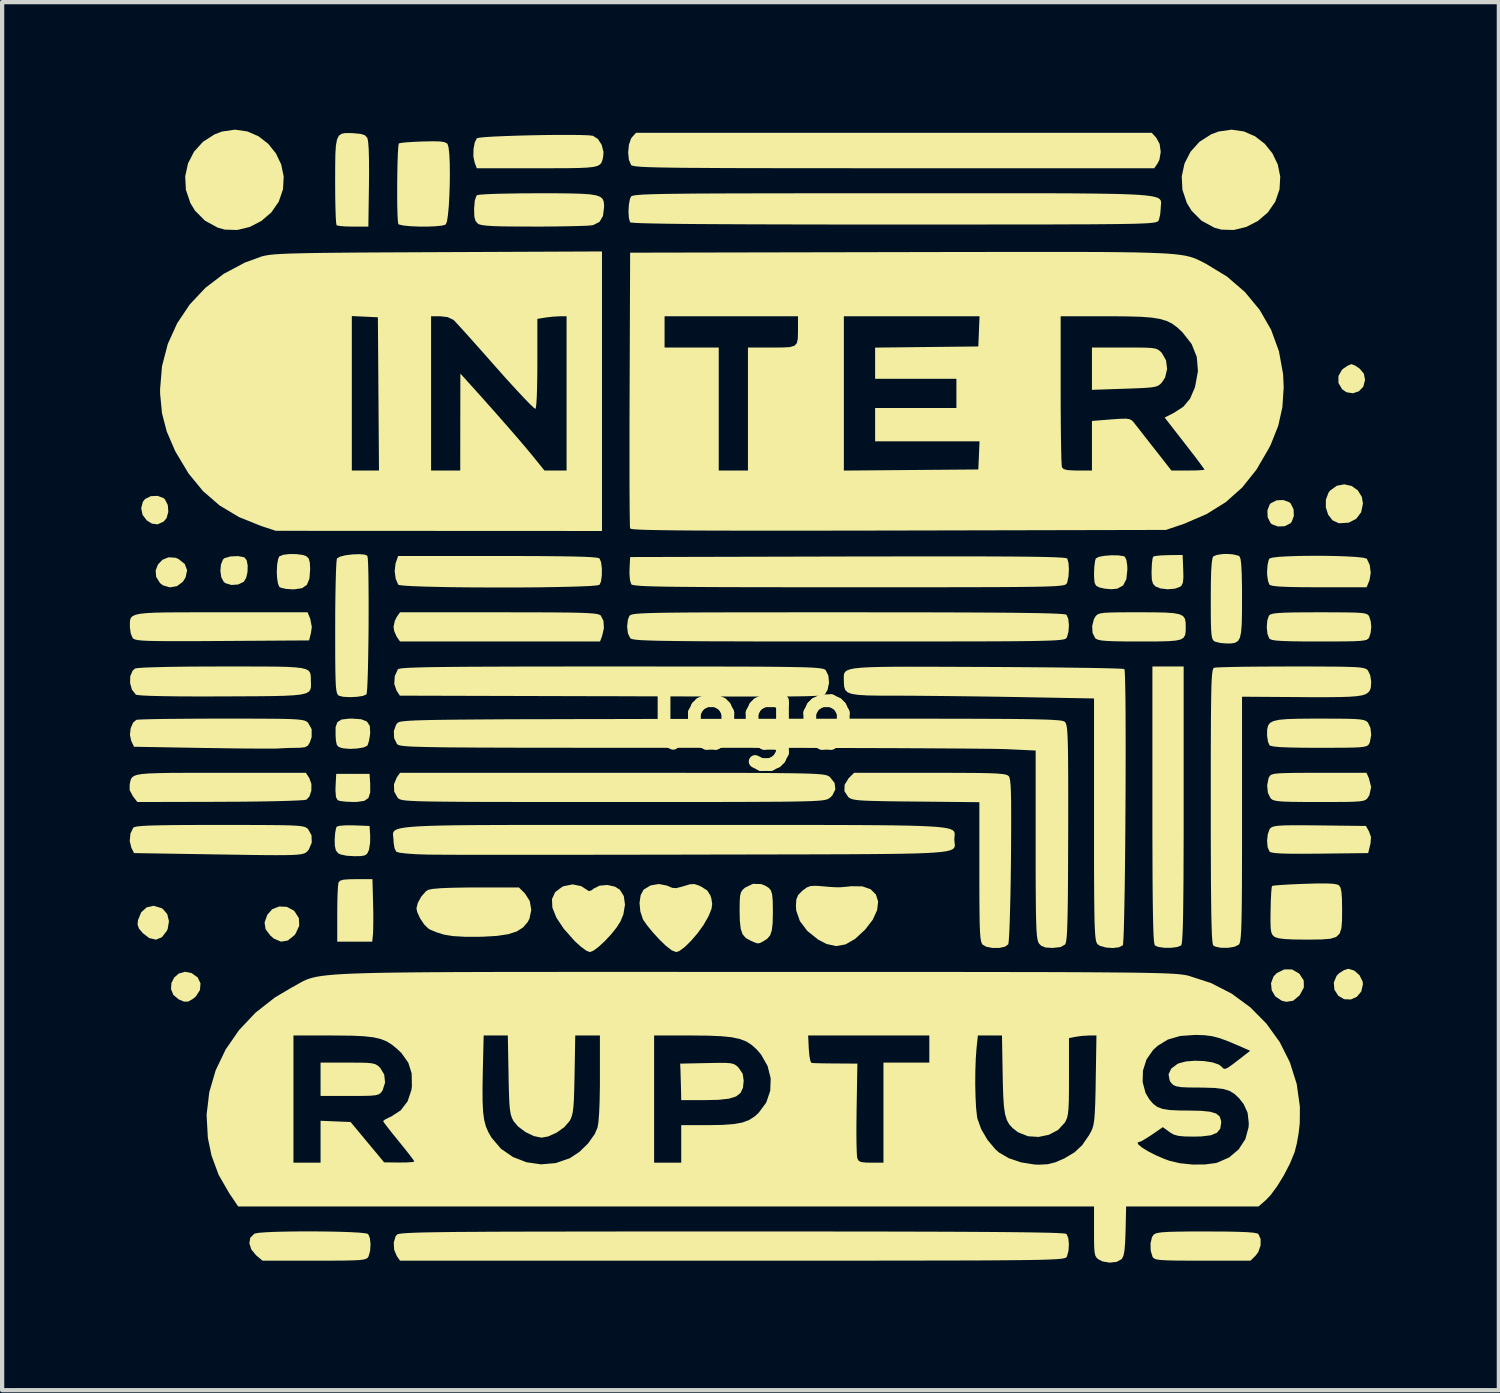
<source format=kicad_pcb>
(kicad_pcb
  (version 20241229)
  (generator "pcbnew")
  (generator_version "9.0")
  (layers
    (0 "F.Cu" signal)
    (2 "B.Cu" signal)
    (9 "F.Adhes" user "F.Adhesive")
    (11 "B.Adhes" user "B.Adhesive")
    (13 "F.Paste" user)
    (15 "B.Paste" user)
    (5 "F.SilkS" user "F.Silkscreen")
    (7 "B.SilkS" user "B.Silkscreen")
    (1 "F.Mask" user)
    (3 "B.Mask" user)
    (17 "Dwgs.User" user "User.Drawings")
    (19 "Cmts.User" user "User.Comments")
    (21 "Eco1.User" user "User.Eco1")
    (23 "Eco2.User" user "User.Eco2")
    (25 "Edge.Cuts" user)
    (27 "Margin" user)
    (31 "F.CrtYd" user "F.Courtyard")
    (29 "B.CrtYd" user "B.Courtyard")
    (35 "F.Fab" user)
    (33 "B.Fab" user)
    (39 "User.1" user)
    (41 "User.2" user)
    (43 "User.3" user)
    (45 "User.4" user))
  (footprint "logo"
    (layer "F.Cu")
    (at 14.64 13.754)
    (property "Reference" "logo" (at 0 0 0) (layer "F.SilkS") (effects (font (size 1.5 1.5) (thickness 0.3))))
    (attr board_only exclude_from_pos_files exclude_from_bom)
    (fp_poly (pts (xy -13.844 -5.089) (xy -13.811 -5.059) (xy -13.743 -4.925) (xy -13.731 -4.764) (xy -13.772 -4.617) (xy -13.839 -4.538) (xy -13.982 -4.471) (xy -14.117 -4.488) (xy -14.238 -4.564) (xy -14.337 -4.694) (xy -14.369 -4.852) (xy -14.33 -5.002) (xy -14.278 -5.067) (xy -14.143 -5.134) (xy -13.984 -5.141)) (stroke (width 0) (type solid)) (fill yes) (layer "F.SilkS"))
    (fp_poly (pts (xy -13.563 -3.686) (xy -13.493 -3.657) (xy -13.345 -3.539) (xy -13.289 -3.391) (xy -13.325 -3.223) (xy -13.39 -3.12) (xy -13.527 -3.018) (xy -13.694 -2.989) (xy -13.858 -3.037) (xy -13.926 -3.089) (xy -14.017 -3.235) (xy -14.029 -3.388) (xy -13.974 -3.528) (xy -13.869 -3.638) (xy -13.727 -3.696)) (stroke (width 0) (type solid)) (fill yes) (layer "F.SilkS"))
    (fp_poly (pts (xy -13.186 6.082) (xy -13.041 6.185) (xy -12.974 6.325) (xy -12.987 6.482) (xy -13.081 6.63) (xy -13.153 6.691) (xy -13.263 6.753) (xy -13.36 6.755) (xy -13.484 6.704) (xy -13.613 6.596) (xy -13.668 6.461) (xy -13.658 6.318) (xy -13.593 6.188) (xy -13.484 6.093) (xy -13.34 6.053)) (stroke (width 0) (type solid)) (fill yes) (layer "F.SilkS"))
    (fp_poly (pts (xy -8.983 1.629) (xy -8.982 1.835) (xy -9.024 1.964) (xy -9.122 2.033) (xy -9.293 2.057) (xy -9.38 2.059) (xy -9.551 2.052) (xy -9.687 2.036) (xy -9.748 2.017) (xy -9.788 1.944) (xy -9.8 1.787) (xy -9.797 1.687) (xy -9.782 1.397) (xy -9.39 1.397) (xy -8.998 1.397)) (stroke (width 0) (type solid)) (fill yes) (layer "F.SilkS"))
    (fp_poly (pts (xy -13.896 4.554) (xy -13.859 4.576) (xy -13.756 4.697) (xy -13.716 4.863) (xy -13.745 5.042) (xy -13.765 5.088) (xy -13.882 5.24) (xy -14.022 5.297) (xy -14.18 5.26) (xy -14.328 5.147) (xy -14.423 5.036) (xy -14.455 4.939) (xy -14.445 4.84) (xy -14.369 4.653) (xy -14.24 4.537) (xy -14.076 4.501)) (stroke (width 0) (type solid)) (fill yes) (layer "F.SilkS"))
    (fp_poly (pts (xy 12.634 -4.991) (xy 12.668 -4.961) (xy 12.735 -4.826) (xy 12.742 -4.667) (xy 12.689 -4.528) (xy 12.659 -4.494) (xy 12.525 -4.427) (xy 12.366 -4.421) (xy 12.226 -4.473) (xy 12.193 -4.503) (xy 12.126 -4.637) (xy 12.119 -4.797) (xy 12.172 -4.936) (xy 12.201 -4.969) (xy 12.336 -5.036) (xy 12.495 -5.043)) (stroke (width 0) (type solid)) (fill yes) (layer "F.SilkS"))
    (fp_poly (pts (xy 12.699 5.998) (xy 12.863 6.092) (xy 12.874 6.103) (xy 12.974 6.256) (xy 12.978 6.42) (xy 12.884 6.595) (xy 12.867 6.616) (xy 12.724 6.734) (xy 12.564 6.759) (xy 12.455 6.732) (xy 12.306 6.633) (xy 12.221 6.487) (xy 12.205 6.322) (xy 12.263 6.165) (xy 12.339 6.084) (xy 12.518 5.996)) (stroke (width 0) (type solid)) (fill yes) (layer "F.SilkS"))
    (fp_poly (pts (xy 14.165 6.026) (xy 14.287 6.135) (xy 14.359 6.28) (xy 14.367 6.345) (xy 14.328 6.516) (xy 14.225 6.64) (xy 14.083 6.704) (xy 13.926 6.698) (xy 13.788 6.618) (xy 13.695 6.472) (xy 13.682 6.304) (xy 13.747 6.148) (xy 13.81 6.084) (xy 13.924 6.013) (xy 14.022 5.982) (xy 14.024 5.982)) (stroke (width 0) (type solid)) (fill yes) (layer "F.SilkS"))
    (fp_poly (pts (xy -11.944 -3.697) (xy -11.889 -3.629) (xy -11.864 -3.503) (xy -11.868 -3.352) (xy -11.9 -3.213) (xy -11.956 -3.121) (xy -12.087 -3.057) (xy -12.246 -3.045) (xy -12.387 -3.087) (xy -12.427 -3.117) (xy -12.485 -3.227) (xy -12.507 -3.376) (xy -12.493 -3.527) (xy -12.446 -3.643) (xy -12.409 -3.676) (xy -12.266 -3.717) (xy -12.089 -3.724)) (stroke (width 0) (type solid)) (fill yes) (layer "F.SilkS"))
    (fp_poly (pts (xy -10.948 4.525) (xy -10.786 4.609) (xy -10.761 4.632) (xy -10.66 4.792) (xy -10.652 4.971) (xy -10.737 5.155) (xy -10.767 5.194) (xy -10.919 5.317) (xy -11.08 5.344) (xy -11.247 5.273) (xy -11.331 5.201) (xy -11.444 5.05) (xy -11.467 4.895) (xy -11.404 4.713) (xy -11.403 4.711) (xy -11.286 4.58) (xy -11.124 4.517)) (stroke (width 0) (type solid)) (fill yes) (layer "F.SilkS"))
    (fp_poly (pts (xy 14.1 -5.374) (xy 14.245 -5.272) (xy 14.341 -5.117) (xy 14.367 -4.96) (xy 14.325 -4.755) (xy 14.208 -4.601) (xy 14.033 -4.511) (xy 13.815 -4.497) (xy 13.792 -4.5) (xy 13.65 -4.567) (xy 13.548 -4.7) (xy 13.494 -4.87) (xy 13.495 -5.052) (xy 13.558 -5.218) (xy 13.595 -5.266) (xy 13.752 -5.379) (xy 13.928 -5.412)) (stroke (width 0) (type solid)) (fill yes) (layer "F.SilkS"))
    (fp_poly (pts (xy 14.175 -8.21) (xy 14.281 -8.141) (xy 14.287 -8.136) (xy 14.39 -8.013) (xy 14.416 -7.869) (xy 14.376 -7.71) (xy 14.272 -7.601) (xy 14.131 -7.554) (xy 13.98 -7.578) (xy 13.877 -7.649) (xy 13.791 -7.796) (xy 13.79 -7.958) (xy 13.872 -8.104) (xy 13.908 -8.136) (xy 14.014 -8.206) (xy 14.094 -8.238) (xy 14.097 -8.238)) (stroke (width 0) (type solid)) (fill yes) (layer "F.SilkS"))
    (fp_poly (pts (xy -8.915 4.425) (xy -8.91 4.669) (xy -8.91 4.895) (xy -8.913 5.075) (xy -8.917 5.161) (xy -8.935 5.345) (xy -9.346 5.345) (xy -9.758 5.345) (xy -9.758 4.687) (xy -9.756 4.437) (xy -9.75 4.219) (xy -9.741 4.052) (xy -9.73 3.959) (xy -9.728 3.951) (xy -9.692 3.911) (xy -9.609 3.886) (xy -9.461 3.876) (xy -9.314 3.874) (xy -8.93 3.874)) (stroke (width 0) (type solid)) (fill yes) (layer "F.SilkS"))
    (fp_poly (pts (xy 10.14 -3.409) (xy 10.144 -3.218) (xy 10.132 -3.1) (xy 10.099 -3.031) (xy 10.07 -3.005) (xy 9.944 -2.958) (xy 9.773 -2.944) (xy 9.603 -2.964) (xy 9.485 -3.012) (xy 9.43 -3.072) (xy 9.402 -3.166) (xy 9.395 -3.322) (xy 9.396 -3.381) (xy 9.403 -3.544) (xy 9.418 -3.665) (xy 9.433 -3.712) (xy 9.494 -3.728) (xy 9.625 -3.741) (xy 9.795 -3.747) (xy 10.126 -3.751)) (stroke (width 0) (type solid)) (fill yes) (layer "F.SilkS"))
    (fp_poly (pts (xy -9.248 8.19) (xy -9.065 8.194) (xy -8.942 8.206) (xy -8.861 8.227) (xy -8.803 8.261) (xy -8.75 8.309) (xy -8.653 8.47) (xy -8.633 8.659) (xy -8.691 8.841) (xy -8.706 8.864) (xy -8.742 8.908) (xy -8.789 8.938) (xy -8.863 8.957) (xy -8.983 8.968) (xy -9.165 8.972) (xy -9.425 8.973) (xy -9.466 8.973) (xy -10.15 8.973) (xy -10.15 8.581) (xy -10.15 8.189) (xy -9.511 8.189)) (stroke (width 0) (type solid)) (fill yes) (layer "F.SilkS"))
    (fp_poly (pts (xy -10.719 -3.771) (xy -10.567 -3.751) (xy -10.49 -3.725) (xy -10.431 -3.671) (xy -10.403 -3.574) (xy -10.395 -3.417) (xy -10.412 -3.193) (xy -10.472 -3.049) (xy -10.585 -2.97) (xy -10.765 -2.943) (xy -10.805 -2.942) (xy -10.963 -2.953) (xy -11.083 -2.98) (xy -11.121 -3.001) (xy -11.153 -3.08) (xy -11.174 -3.225) (xy -11.18 -3.359) (xy -11.171 -3.531) (xy -11.146 -3.663) (xy -11.121 -3.717) (xy -11.033 -3.754) (xy -10.887 -3.772)) (stroke (width 0) (type solid)) (fill yes) (layer "F.SilkS"))
    (fp_poly (pts (xy -9.384 2.608) (xy -9.361 2.609) (xy -8.998 2.623) (xy -8.983 2.847) (xy -8.985 3.016) (xy -9.008 3.168) (xy -9.019 3.203) (xy -9.055 3.277) (xy -9.111 3.316) (xy -9.213 3.332) (xy -9.355 3.334) (xy -9.538 3.323) (xy -9.682 3.292) (xy -9.733 3.268) (xy -9.79 3.199) (xy -9.815 3.086) (xy -9.818 2.942) (xy -9.807 2.787) (xy -9.785 2.673) (xy -9.768 2.638) (xy -9.7 2.619) (xy -9.563 2.608)) (stroke (width 0) (type solid)) (fill yes) (layer "F.SilkS"))
    (fp_poly (pts (xy -9.195 0.113) (xy -9.059 0.167) (xy -8.992 0.27) (xy -8.983 0.433) (xy -8.987 0.479) (xy -9.011 0.62) (xy -9.042 0.719) (xy -9.054 0.737) (xy -9.14 0.776) (xy -9.286 0.801) (xy -9.455 0.81) (xy -9.609 0.798) (xy -9.635 0.793) (xy -9.721 0.766) (xy -9.767 0.717) (xy -9.789 0.618) (xy -9.797 0.498) (xy -9.797 0.302) (xy -9.756 0.182) (xy -9.658 0.12) (xy -9.486 0.099) (xy -9.412 0.098)) (stroke (width 0) (type solid)) (fill yes) (layer "F.SilkS"))
    (fp_poly (pts (xy -0.628 8.195) (xy -0.508 8.204) (xy -0.43 8.224) (xy -0.373 8.257) (xy -0.319 8.307) (xy -0.318 8.308) (xy -0.222 8.451) (xy -0.198 8.616) (xy -0.215 8.78) (xy -0.271 8.901) (xy -0.377 8.985) (xy -0.545 9.037) (xy -0.788 9.064) (xy -1.1 9.071) (xy -1.667 9.071) (xy -1.673 8.789) (xy -1.678 8.604) (xy -1.683 8.435) (xy -1.685 8.36) (xy -1.692 8.213) (xy -1.066 8.2) (xy -0.807 8.195)) (stroke (width 0) (type solid)) (fill yes) (layer "F.SilkS"))
    (fp_poly (pts (xy 9.044 -8.63) (xy 9.251 -8.627) (xy 9.393 -8.619) (xy 9.488 -8.604) (xy 9.55 -8.579) (xy 9.598 -8.542) (xy 9.638 -8.5) (xy 9.736 -8.328) (xy 9.761 -8.125) (xy 9.714 -7.926) (xy 9.645 -7.818) (xy 9.6 -7.769) (xy 9.551 -7.733) (xy 9.482 -7.708) (xy 9.377 -7.691) (xy 9.219 -7.679) (xy 8.993 -7.669) (xy 8.763 -7.661) (xy 7.993 -7.635) (xy 7.993 -8.133) (xy 7.993 -8.63) (xy 8.755 -8.63)) (stroke (width 0) (type solid)) (fill yes) (layer "F.SilkS"))
    (fp_poly (pts (xy 8.609 -3.742) (xy 8.731 -3.724) (xy 8.765 -3.71) (xy 8.803 -3.637) (xy 8.824 -3.492) (xy 8.826 -3.405) (xy 8.802 -3.18) (xy 8.726 -3.034) (xy 8.59 -2.959) (xy 8.446 -2.945) (xy 8.291 -2.959) (xy 8.161 -2.989) (xy 8.152 -2.993) (xy 8.089 -3.03) (xy 8.056 -3.096) (xy 8.044 -3.216) (xy 8.042 -3.321) (xy 8.05 -3.487) (xy 8.068 -3.618) (xy 8.085 -3.67) (xy 8.154 -3.706) (xy 8.286 -3.731) (xy 8.449 -3.744)) (stroke (width 0) (type solid)) (fill yes) (layer "F.SilkS"))
    (fp_poly (pts (xy -5.415 -2.402) (xy -4.961 -2.401) (xy -4.588 -2.399) (xy -4.289 -2.396) (xy -4.054 -2.391) (xy -3.877 -2.384) (xy -3.747 -2.375) (xy -3.658 -2.364) (xy -3.601 -2.35) (xy -3.567 -2.333) (xy -3.559 -2.326) (xy -3.496 -2.201) (xy -3.486 -2.026) (xy -3.529 -1.842) (xy -3.577 -1.716) (xy -5.929 -1.716) (xy -8.281 -1.716) (xy -8.358 -1.825) (xy -8.417 -1.957) (xy -8.434 -2.059) (xy -8.405 -2.198) (xy -8.358 -2.294) (xy -8.281 -2.403) (xy -5.958 -2.403)) (stroke (width 0) (type solid)) (fill yes) (layer "F.SilkS"))
    (fp_poly (pts (xy -11.873 -13.713) (xy -11.609 -13.598) (xy -11.382 -13.422) (xy -11.201 -13.197) (xy -11.076 -12.936) (xy -11.017 -12.65) (xy -11.034 -12.352) (xy -11.133 -12.062) (xy -11.308 -11.808) (xy -11.543 -11.607) (xy -11.816 -11.466) (xy -12.109 -11.395) (xy -12.401 -11.403) (xy -12.565 -11.448) (xy -12.867 -11.612) (xy -13.102 -11.847) (xy -13.212 -12.027) (xy -13.318 -12.34) (xy -13.334 -12.656) (xy -13.268 -12.96) (xy -13.126 -13.237) (xy -12.915 -13.47) (xy -12.643 -13.644) (xy -12.47 -13.71) (xy -12.163 -13.754)) (stroke (width 0) (type solid)) (fill yes) (layer "F.SilkS"))
    (fp_poly (pts (xy 11.566 -13.713) (xy 11.829 -13.598) (xy 12.057 -13.422) (xy 12.238 -13.197) (xy 12.363 -12.936) (xy 12.422 -12.65) (xy 12.405 -12.352) (xy 12.306 -12.062) (xy 12.131 -11.808) (xy 11.896 -11.607) (xy 11.622 -11.466) (xy 11.329 -11.395) (xy 11.038 -11.403) (xy 10.874 -11.448) (xy 10.571 -11.612) (xy 10.337 -11.847) (xy 10.226 -12.027) (xy 10.121 -12.34) (xy 10.105 -12.656) (xy 10.171 -12.96) (xy 10.313 -13.237) (xy 10.523 -13.47) (xy 10.796 -13.644) (xy 10.969 -13.71) (xy 11.275 -13.754)) (stroke (width 0) (type solid)) (fill yes) (layer "F.SilkS"))
    (fp_poly (pts (xy 13.02 2.607) (xy 13.352 2.61) (xy 14.437 2.623) (xy 14.51 2.753) (xy 14.556 2.881) (xy 14.546 3.031) (xy 14.536 3.072) (xy 14.49 3.261) (xy 13.36 3.274) (xy 12.967 3.277) (xy 12.663 3.276) (xy 12.439 3.27) (xy 12.288 3.259) (xy 12.2 3.242) (xy 12.171 3.227) (xy 12.126 3.127) (xy 12.112 2.977) (xy 12.128 2.82) (xy 12.171 2.698) (xy 12.19 2.675) (xy 12.227 2.649) (xy 12.287 2.63) (xy 12.385 2.617) (xy 12.531 2.609) (xy 12.739 2.606)) (stroke (width 0) (type solid)) (fill yes) (layer "F.SilkS"))
    (fp_poly (pts (xy 0.215 3.99) (xy 0.31 4.028) (xy 0.389 4.077) (xy 0.441 4.137) (xy 0.47 4.229) (xy 0.484 4.372) (xy 0.488 4.588) (xy 0.488 4.658) (xy 0.483 4.908) (xy 0.463 5.081) (xy 0.423 5.197) (xy 0.354 5.277) (xy 0.261 5.337) (xy 0.185 5.376) (xy 0.132 5.386) (xy 0.061 5.363) (xy -0.033 5.322) (xy -0.147 5.259) (xy -0.223 5.172) (xy -0.268 5.043) (xy -0.289 4.853) (xy -0.294 4.616) (xy -0.292 4.404) (xy -0.283 4.267) (xy -0.261 4.181) (xy -0.221 4.122) (xy -0.165 4.073) (xy 0.019 3.984)) (stroke (width 0) (type solid)) (fill yes) (layer "F.SilkS"))
    (fp_poly (pts (xy 1.639 4.04) (xy 1.837 4.057) (xy 1.974 4.065) (xy 2.088 4.064) (xy 2.216 4.053) (xy 2.335 4.04) (xy 2.595 4.044) (xy 2.788 4.112) (xy 2.912 4.236) (xy 2.964 4.403) (xy 2.94 4.604) (xy 2.837 4.829) (xy 2.658 5.061) (xy 2.42 5.281) (xy 2.196 5.409) (xy 1.977 5.448) (xy 1.751 5.399) (xy 1.556 5.298) (xy 1.3 5.094) (xy 1.125 4.863) (xy 1.038 4.615) (xy 1.03 4.508) (xy 1.04 4.352) (xy 1.082 4.248) (xy 1.176 4.152) (xy 1.185 4.144) (xy 1.283 4.071) (xy 1.374 4.036) (xy 1.497 4.03)) (stroke (width 0) (type solid)) (fill yes) (layer "F.SilkS"))
    (fp_poly (pts (xy -12.499 1.373) (xy -10.496 1.373) (xy -10.416 1.495) (xy -10.366 1.634) (xy -10.367 1.792) (xy -10.413 1.931) (xy -10.483 2.005) (xy -10.549 2.015) (xy -10.703 2.024) (xy -10.932 2.033) (xy -11.226 2.041) (xy -11.574 2.047) (xy -11.965 2.052) (xy -12.388 2.054) (xy -12.512 2.055) (xy -14.458 2.06) (xy -14.564 1.925) (xy -14.64 1.781) (xy -14.64 1.648) (xy -14.627 1.581) (xy -14.612 1.526) (xy -14.585 1.482) (xy -14.538 1.447) (xy -14.462 1.42) (xy -14.347 1.401) (xy -14.186 1.388) (xy -13.969 1.38) (xy -13.687 1.375) (xy -13.332 1.373) (xy -12.894 1.373)) (stroke (width 0) (type solid)) (fill yes) (layer "F.SilkS"))
    (fp_poly (pts (xy -9.444 -13.674) (xy -9.373 -13.671) (xy -9.204 -13.654) (xy -9.105 -13.621) (xy -9.052 -13.562) (xy -9.048 -13.555) (xy -9.031 -13.468) (xy -9.018 -13.293) (xy -9.011 -13.041) (xy -9.01 -12.721) (xy -9.012 -12.464) (xy -9.026 -11.474) (xy -9.384 -11.474) (xy -9.563 -11.478) (xy -9.701 -11.489) (xy -9.772 -11.505) (xy -9.774 -11.507) (xy -9.784 -11.564) (xy -9.793 -11.703) (xy -9.8 -11.911) (xy -9.805 -12.17) (xy -9.807 -12.467) (xy -9.807 -12.533) (xy -9.806 -12.899) (xy -9.802 -13.179) (xy -9.789 -13.383) (xy -9.763 -13.523) (xy -9.72 -13.611) (xy -9.655 -13.658) (xy -9.565 -13.675)) (stroke (width 0) (type solid)) (fill yes) (layer "F.SilkS"))
    (fp_poly (pts (xy 13.438 -3.731) (xy 13.725 -3.726) (xy 13.988 -3.717) (xy 14.208 -3.704) (xy 14.369 -3.687) (xy 14.453 -3.665) (xy 14.459 -3.661) (xy 14.527 -3.516) (xy 14.55 -3.331) (xy 14.521 -3.155) (xy 14.514 -3.139) (xy 14.453 -2.991) (xy 13.341 -2.991) (xy 12.942 -2.993) (xy 12.634 -2.998) (xy 12.409 -3.008) (xy 12.262 -3.022) (xy 12.183 -3.042) (xy 12.17 -3.05) (xy 12.136 -3.13) (xy 12.115 -3.27) (xy 12.112 -3.359) (xy 12.123 -3.514) (xy 12.15 -3.633) (xy 12.17 -3.668) (xy 12.24 -3.689) (xy 12.39 -3.707) (xy 12.602 -3.719) (xy 12.859 -3.728) (xy 13.143 -3.731)) (stroke (width 0) (type solid)) (fill yes) (layer "F.SilkS"))
    (fp_poly (pts (xy -5.341 4.213) (xy -5.23 4.388) (xy -5.194 4.597) (xy -5.237 4.804) (xy -5.279 4.884) (xy -5.389 5.011) (xy -5.537 5.105) (xy -5.737 5.169) (xy -6.005 5.209) (xy -6.355 5.229) (xy -6.375 5.229) (xy -6.743 5.23) (xy -7.037 5.213) (xy -7.242 5.18) (xy -7.412 5.127) (xy -7.561 5.067) (xy -7.614 5.037) (xy -7.712 4.941) (xy -7.808 4.798) (xy -7.876 4.65) (xy -7.895 4.56) (xy -7.861 4.428) (xy -7.779 4.281) (xy -7.675 4.162) (xy -7.62 4.126) (xy -7.519 4.104) (xy -7.325 4.087) (xy -7.043 4.076) (xy -6.679 4.07) (xy -6.491 4.07) (xy -5.484 4.07)) (stroke (width 0) (type solid)) (fill yes) (layer "F.SilkS"))
    (fp_poly (pts (xy -4.019 4.039) (xy -3.911 4.109) (xy -3.837 4.156) (xy -3.773 4.134) (xy -3.732 4.099) (xy -3.588 4.027) (xy -3.405 4.011) (xy -3.226 4.051) (xy -3.111 4.122) (xy -3.018 4.272) (xy -2.99 4.473) (xy -3.028 4.702) (xy -3.095 4.865) (xy -3.187 5.011) (xy -3.316 5.172) (xy -3.463 5.33) (xy -3.61 5.465) (xy -3.735 5.558) (xy -3.817 5.59) (xy -3.898 5.557) (xy -4.019 5.469) (xy -4.157 5.346) (xy -4.17 5.333) (xy -4.428 5.043) (xy -4.604 4.779) (xy -4.698 4.544) (xy -4.707 4.343) (xy -4.632 4.179) (xy -4.471 4.057) (xy -4.433 4.04) (xy -4.22 3.997)) (stroke (width 0) (type solid)) (fill yes) (layer "F.SilkS"))
    (fp_poly (pts (xy 10.15 2.123) (xy 10.15 2.808) (xy 10.148 3.4) (xy 10.146 3.905) (xy 10.142 4.327) (xy 10.138 4.673) (xy 10.132 4.947) (xy 10.124 5.154) (xy 10.115 5.301) (xy 10.105 5.391) (xy 10.092 5.432) (xy 10.091 5.433) (xy 10.003 5.47) (xy 9.858 5.488) (xy 9.695 5.488) (xy 9.552 5.468) (xy 9.474 5.433) (xy 9.461 5.397) (xy 9.45 5.31) (xy 9.441 5.168) (xy 9.434 4.966) (xy 9.428 4.697) (xy 9.423 4.358) (xy 9.419 3.942) (xy 9.417 3.444) (xy 9.415 2.86) (xy 9.415 2.182) (xy 9.415 2.123) (xy 9.415 -1.128) (xy 9.782 -1.128) (xy 10.15 -1.128)) (stroke (width 0) (type solid)) (fill yes) (layer "F.SilkS"))
    (fp_poly (pts (xy -12.49 -2.403) (xy -12.479 -2.403) (xy -10.456 -2.403) (xy -10.394 -2.252) (xy -10.356 -2.059) (xy -10.375 -1.921) (xy -10.42 -1.741) (xy -12.461 -1.728) (xy -12.965 -1.725) (xy -13.381 -1.724) (xy -13.716 -1.724) (xy -13.981 -1.726) (xy -14.182 -1.73) (xy -14.331 -1.737) (xy -14.434 -1.747) (xy -14.503 -1.76) (xy -14.544 -1.776) (xy -14.568 -1.795) (xy -14.613 -1.897) (xy -14.634 -2.039) (xy -14.635 -2.059) (xy -14.635 -2.142) (xy -14.632 -2.21) (xy -14.616 -2.265) (xy -14.578 -2.308) (xy -14.511 -2.341) (xy -14.405 -2.366) (xy -14.253 -2.383) (xy -14.045 -2.394) (xy -13.773 -2.4) (xy -13.429 -2.402) (xy -13.004 -2.403)) (stroke (width 0) (type solid)) (fill yes) (layer "F.SilkS"))
    (fp_poly (pts (xy 11.091 12.162) (xy 11.408 12.168) (xy 11.641 12.177) (xy 11.798 12.19) (xy 11.885 12.208) (xy 11.906 12.219) (xy 11.96 12.336) (xy 11.959 12.491) (xy 11.905 12.645) (xy 11.844 12.727) (xy 11.724 12.847) (xy 10.595 12.847) (xy 10.234 12.847) (xy 9.958 12.845) (xy 9.755 12.84) (xy 9.614 12.832) (xy 9.521 12.82) (xy 9.465 12.802) (xy 9.433 12.778) (xy 9.416 12.752) (xy 9.374 12.608) (xy 9.371 12.441) (xy 9.405 12.295) (xy 9.443 12.238) (xy 9.48 12.213) (xy 9.543 12.194) (xy 9.644 12.18) (xy 9.795 12.17) (xy 10.008 12.165) (xy 10.294 12.161) (xy 10.667 12.161) (xy 10.683 12.161)) (stroke (width 0) (type solid)) (fill yes) (layer "F.SilkS"))
    (fp_poly (pts (xy -9.992 12.162) (xy -9.697 12.168) (xy -9.438 12.177) (xy -9.23 12.189) (xy -9.089 12.204) (xy -9.032 12.219) (xy -8.991 12.313) (xy -8.975 12.461) (xy -8.985 12.619) (xy -9.022 12.748) (xy -9.024 12.752) (xy -9.045 12.782) (xy -9.079 12.804) (xy -9.138 12.821) (xy -9.234 12.833) (xy -9.379 12.84) (xy -9.585 12.845) (xy -9.864 12.847) (xy -10.226 12.847) (xy -10.295 12.847) (xy -11.516 12.847) (xy -11.667 12.72) (xy -11.779 12.584) (xy -11.825 12.439) (xy -11.804 12.309) (xy -11.713 12.218) (xy -11.692 12.208) (xy -11.6 12.192) (xy -11.431 12.179) (xy -11.201 12.169) (xy -10.926 12.163) (xy -10.622 12.159) (xy -10.305 12.159)) (stroke (width 0) (type solid)) (fill yes) (layer "F.SilkS"))
    (fp_poly (pts (xy -4.036 -13.628) (xy -3.856 -13.622) (xy -3.75 -13.611) (xy -3.743 -13.61) (xy -3.627 -13.535) (xy -3.539 -13.399) (xy -3.496 -13.234) (xy -3.502 -13.127) (xy -3.518 -13.048) (xy -3.539 -12.986) (xy -3.575 -12.938) (xy -3.636 -12.902) (xy -3.734 -12.878) (xy -3.879 -12.862) (xy -4.082 -12.853) (xy -4.352 -12.848) (xy -4.701 -12.847) (xy -5.058 -12.847) (xy -6.475 -12.847) (xy -6.527 -12.982) (xy -6.556 -13.126) (xy -6.553 -13.297) (xy -6.524 -13.454) (xy -6.474 -13.552) (xy -6.413 -13.566) (xy -6.27 -13.58) (xy -6.059 -13.593) (xy -5.798 -13.604) (xy -5.502 -13.614) (xy -5.185 -13.622) (xy -4.865 -13.628) (xy -4.556 -13.631) (xy -4.274 -13.631)) (stroke (width 0) (type solid)) (fill yes) (layer "F.SilkS"))
    (fp_poly (pts (xy 9.504 -13.567) (xy 9.585 -13.418) (xy 9.611 -13.23) (xy 9.579 -13.044) (xy 9.534 -12.956) (xy 9.458 -12.847) (xy 3.338 -12.847) (xy 2.43 -12.847) (xy 1.616 -12.848) (xy 0.889 -12.848) (xy 0.246 -12.849) (xy -0.319 -12.85) (xy -0.812 -12.852) (xy -1.236 -12.855) (xy -1.597 -12.857) (xy -1.901 -12.861) (xy -2.151 -12.865) (xy -2.354 -12.87) (xy -2.514 -12.876) (xy -2.635 -12.883) (xy -2.724 -12.891) (xy -2.785 -12.9) (xy -2.823 -12.91) (xy -2.844 -12.921) (xy -2.847 -12.924) (xy -2.899 -13.047) (xy -2.915 -13.219) (xy -2.898 -13.398) (xy -2.849 -13.543) (xy -2.824 -13.577) (xy -2.731 -13.681) (xy 3.333 -13.681) (xy 9.398 -13.681)) (stroke (width 0) (type solid)) (fill yes) (layer "F.SilkS"))
    (fp_poly (pts (xy 14.506 1.498) (xy 14.56 1.709) (xy 14.519 1.897) (xy 14.487 1.95) (xy 14.459 1.986) (xy 14.423 2.013) (xy 14.366 2.032) (xy 14.276 2.045) (xy 14.138 2.053) (xy 13.94 2.058) (xy 13.67 2.059) (xy 13.342 2.059) (xy 12.989 2.059) (xy 12.721 2.056) (xy 12.525 2.051) (xy 12.388 2.041) (xy 12.297 2.027) (xy 12.24 2.007) (xy 12.202 1.979) (xy 12.193 1.97) (xy 12.131 1.841) (xy 12.114 1.67) (xy 12.145 1.505) (xy 12.162 1.468) (xy 12.184 1.437) (xy 12.219 1.414) (xy 12.281 1.397) (xy 12.382 1.386) (xy 12.535 1.379) (xy 12.75 1.375) (xy 13.042 1.373) (xy 13.331 1.373) (xy 14.45 1.373)) (stroke (width 0) (type solid)) (fill yes) (layer "F.SilkS"))
    (fp_poly (pts (xy 11.311 -3.765) (xy 11.429 -3.737) (xy 11.464 -3.717) (xy 11.488 -3.656) (xy 11.505 -3.522) (xy 11.516 -3.309) (xy 11.522 -3.009) (xy 11.523 -2.74) (xy 11.522 -2.389) (xy 11.516 -2.125) (xy 11.501 -1.934) (xy 11.473 -1.805) (xy 11.428 -1.727) (xy 11.361 -1.686) (xy 11.27 -1.67) (xy 11.164 -1.669) (xy 11.013 -1.681) (xy 10.893 -1.711) (xy 10.873 -1.72) (xy 10.844 -1.746) (xy 10.821 -1.793) (xy 10.806 -1.874) (xy 10.796 -2.003) (xy 10.79 -2.193) (xy 10.788 -2.457) (xy 10.788 -2.714) (xy 10.79 -3.084) (xy 10.797 -3.363) (xy 10.81 -3.557) (xy 10.828 -3.674) (xy 10.846 -3.717) (xy 10.927 -3.751) (xy 11.067 -3.772) (xy 11.155 -3.776)) (stroke (width 0) (type solid)) (fill yes) (layer "F.SilkS"))
    (fp_poly (pts (xy 9.451 -2.402) (xy 9.722 -2.396) (xy 9.917 -2.382) (xy 10.051 -2.356) (xy 10.134 -2.315) (xy 10.178 -2.255) (xy 10.196 -2.173) (xy 10.199 -2.077) (xy 10.198 -1.96) (xy 10.186 -1.871) (xy 10.151 -1.807) (xy 10.08 -1.763) (xy 9.963 -1.737) (xy 9.787 -1.723) (xy 9.539 -1.717) (xy 9.209 -1.716) (xy 9.122 -1.716) (xy 8.78 -1.717) (xy 8.523 -1.721) (xy 8.337 -1.729) (xy 8.21 -1.741) (xy 8.129 -1.759) (xy 8.081 -1.783) (xy 8.07 -1.793) (xy 8.008 -1.915) (xy 7.998 -2.078) (xy 8.038 -2.238) (xy 8.069 -2.294) (xy 8.099 -2.331) (xy 8.137 -2.359) (xy 8.198 -2.378) (xy 8.296 -2.391) (xy 8.443 -2.398) (xy 8.656 -2.402) (xy 8.946 -2.403) (xy 9.095 -2.403)) (stroke (width 0) (type solid)) (fill yes) (layer "F.SilkS"))
    (fp_poly (pts (xy -5.409 -3.726) (xy -4.923 -3.724) (xy -4.523 -3.72) (xy -4.203 -3.715) (xy -3.956 -3.708) (xy -3.778 -3.699) (xy -3.661 -3.688) (xy -3.6 -3.674) (xy -3.589 -3.668) (xy -3.552 -3.58) (xy -3.534 -3.434) (xy -3.535 -3.271) (xy -3.554 -3.129) (xy -3.589 -3.05) (xy -3.652 -3.035) (xy -3.8 -3.022) (xy -4.023 -3.012) (xy -4.308 -3.003) (xy -4.643 -2.996) (xy -5.017 -2.99) (xy -5.418 -2.987) (xy -5.834 -2.986) (xy -6.254 -2.987) (xy -6.665 -2.989) (xy -7.057 -2.993) (xy -7.416 -3) (xy -7.731 -3.008) (xy -7.991 -3.018) (xy -8.184 -3.029) (xy -8.298 -3.043) (xy -8.323 -3.052) (xy -8.383 -3.189) (xy -8.407 -3.369) (xy -8.388 -3.546) (xy -8.378 -3.577) (xy -8.326 -3.727) (xy -5.987 -3.727)) (stroke (width 0) (type solid)) (fill yes) (layer "F.SilkS"))
    (fp_poly (pts (xy -2.001 4.026) (xy -1.977 4.037) (xy -1.877 4.079) (xy -1.785 4.085) (xy -1.656 4.053) (xy -1.605 4.037) (xy -1.459 3.994) (xy -1.358 3.989) (xy -1.253 4.024) (xy -1.191 4.053) (xy -1.055 4.141) (xy -0.981 4.258) (xy -0.959 4.329) (xy -0.939 4.454) (xy -0.954 4.57) (xy -1.012 4.716) (xy -1.04 4.773) (xy -1.146 4.957) (xy -1.283 5.146) (xy -1.434 5.322) (xy -1.581 5.467) (xy -1.708 5.562) (xy -1.787 5.59) (xy -1.888 5.55) (xy -2.036 5.435) (xy -2.191 5.283) (xy -2.338 5.122) (xy -2.466 4.966) (xy -2.553 4.843) (xy -2.567 4.82) (xy -2.629 4.635) (xy -2.648 4.434) (xy -2.622 4.252) (xy -2.553 4.122) (xy -2.553 4.122) (xy -2.39 4.022) (xy -2.192 3.988)) (stroke (width 0) (type solid)) (fill yes) (layer "F.SilkS"))
    (fp_poly (pts (xy 13.677 3.984) (xy 13.769 4.002) (xy 13.802 4.02) (xy 13.838 4.072) (xy 13.861 4.17) (xy 13.873 4.331) (xy 13.877 4.571) (xy 13.877 4.591) (xy 13.875 4.845) (xy 13.86 5.03) (xy 13.818 5.156) (xy 13.736 5.234) (xy 13.6 5.276) (xy 13.396 5.292) (xy 13.111 5.296) (xy 13.028 5.296) (xy 12.733 5.293) (xy 12.521 5.282) (xy 12.38 5.264) (xy 12.296 5.236) (xy 12.28 5.226) (xy 12.239 5.186) (xy 12.212 5.127) (xy 12.197 5.029) (xy 12.192 4.875) (xy 12.194 4.643) (xy 12.195 4.608) (xy 12.2 4.386) (xy 12.209 4.202) (xy 12.219 4.078) (xy 12.229 4.035) (xy 12.284 4.024) (xy 12.419 4.012) (xy 12.617 4) (xy 12.86 3.989) (xy 12.99 3.984) (xy 13.3 3.975) (xy 13.525 3.975)) (stroke (width 0) (type solid)) (fill yes) (layer "F.SilkS"))
    (fp_poly (pts (xy 13.712 0.099) (xy 13.975 0.101) (xy 14.166 0.107) (xy 14.298 0.117) (xy 14.385 0.132) (xy 14.44 0.154) (xy 14.477 0.182) (xy 14.482 0.188) (xy 14.544 0.317) (xy 14.561 0.487) (xy 14.529 0.653) (xy 14.513 0.69) (xy 14.491 0.72) (xy 14.456 0.743) (xy 14.393 0.76) (xy 14.292 0.772) (xy 14.14 0.779) (xy 13.924 0.783) (xy 13.632 0.784) (xy 13.346 0.785) (xy 12.946 0.783) (xy 12.637 0.777) (xy 12.412 0.768) (xy 12.263 0.753) (xy 12.184 0.734) (xy 12.17 0.726) (xy 12.133 0.642) (xy 12.113 0.506) (xy 12.112 0.459) (xy 12.115 0.349) (xy 12.135 0.264) (xy 12.18 0.2) (xy 12.263 0.156) (xy 12.395 0.126) (xy 12.587 0.109) (xy 12.85 0.101) (xy 13.195 0.098) (xy 13.365 0.098)) (stroke (width 0) (type solid)) (fill yes) (layer "F.SilkS"))
    (fp_poly (pts (xy -7.343 -13.477) (xy -7.24 -13.462) (xy -7.18 -13.433) (xy -7.164 -13.418) (xy -7.14 -13.338) (xy -7.122 -13.184) (xy -7.112 -12.972) (xy -7.109 -12.724) (xy -7.112 -12.457) (xy -7.121 -12.192) (xy -7.135 -11.946) (xy -7.155 -11.74) (xy -7.178 -11.593) (xy -7.206 -11.523) (xy -7.208 -11.522) (xy -7.295 -11.497) (xy -7.448 -11.482) (xy -7.64 -11.474) (xy -7.847 -11.475) (xy -8.044 -11.484) (xy -8.204 -11.5) (xy -8.303 -11.523) (xy -8.321 -11.535) (xy -8.332 -11.601) (xy -8.34 -11.744) (xy -8.346 -11.945) (xy -8.348 -12.187) (xy -8.348 -12.451) (xy -8.345 -12.716) (xy -8.34 -12.965) (xy -8.333 -13.178) (xy -8.323 -13.337) (xy -8.312 -13.423) (xy -8.308 -13.431) (xy -8.25 -13.444) (xy -8.115 -13.458) (xy -7.926 -13.469) (xy -7.753 -13.476) (xy -7.508 -13.481)) (stroke (width 0) (type solid)) (fill yes) (layer "F.SilkS"))
    (fp_poly (pts (xy 13.702 -2.402) (xy 13.977 -2.4) (xy 14.178 -2.396) (xy 14.318 -2.388) (xy 14.41 -2.375) (xy 14.465 -2.357) (xy 14.496 -2.333) (xy 14.513 -2.308) (xy 14.55 -2.19) (xy 14.563 -2.059) (xy 14.547 -1.917) (xy 14.513 -1.811) (xy 14.491 -1.781) (xy 14.456 -1.757) (xy 14.394 -1.741) (xy 14.293 -1.729) (xy 14.141 -1.722) (xy 13.925 -1.718) (xy 13.633 -1.716) (xy 13.342 -1.716) (xy 12.968 -1.717) (xy 12.682 -1.721) (xy 12.471 -1.728) (xy 12.324 -1.738) (xy 12.23 -1.753) (xy 12.178 -1.774) (xy 12.164 -1.786) (xy 12.121 -1.893) (xy 12.105 -2.049) (xy 12.116 -2.206) (xy 12.154 -2.321) (xy 12.161 -2.329) (xy 12.195 -2.354) (xy 12.26 -2.372) (xy 12.368 -2.385) (xy 12.531 -2.394) (xy 12.76 -2.4) (xy 13.066 -2.402) (xy 13.342 -2.403)) (stroke (width 0) (type solid)) (fill yes) (layer "F.SilkS"))
    (fp_poly (pts (xy -12.029 2.599) (xy -11.625 2.6) (xy -11.3 2.602) (xy -11.045 2.605) (xy -10.851 2.61) (xy -10.708 2.618) (xy -10.607 2.628) (xy -10.538 2.642) (xy -10.493 2.659) (xy -10.461 2.681) (xy -10.444 2.697) (xy -10.363 2.842) (xy -10.357 3.013) (xy -10.426 3.176) (xy -10.436 3.189) (xy -10.463 3.221) (xy -10.492 3.247) (xy -10.533 3.268) (xy -10.595 3.285) (xy -10.685 3.297) (xy -10.814 3.305) (xy -10.989 3.309) (xy -11.219 3.31) (xy -11.514 3.308) (xy -11.882 3.303) (xy -12.331 3.296) (xy -12.797 3.289) (xy -14.536 3.261) (xy -14.6 3.138) (xy -14.639 2.979) (xy -14.622 2.802) (xy -14.557 2.665) (xy -14.526 2.648) (xy -14.459 2.634) (xy -14.347 2.623) (xy -14.183 2.614) (xy -13.958 2.608) (xy -13.664 2.603) (xy -13.293 2.6) (xy -12.837 2.599) (xy -12.522 2.599)) (stroke (width 0) (type solid)) (fill yes) (layer "F.SilkS"))
    (fp_poly (pts (xy -4.616 -12.258) (xy -4.271 -12.254) (xy -4.004 -12.246) (xy -3.805 -12.232) (xy -3.664 -12.208) (xy -3.572 -12.174) (xy -3.517 -12.126) (xy -3.491 -12.064) (xy -3.482 -11.985) (xy -3.481 -11.939) (xy -3.508 -11.724) (xy -3.59 -11.585) (xy -3.734 -11.512) (xy -3.769 -11.505) (xy -3.867 -11.496) (xy -4.048 -11.489) (xy -4.294 -11.483) (xy -4.591 -11.478) (xy -4.922 -11.475) (xy -5.152 -11.475) (xy -5.547 -11.476) (xy -5.854 -11.479) (xy -6.086 -11.486) (xy -6.252 -11.497) (xy -6.363 -11.512) (xy -6.43 -11.531) (xy -6.449 -11.543) (xy -6.506 -11.607) (xy -6.533 -11.71) (xy -6.539 -11.882) (xy -6.539 -11.891) (xy -6.523 -12.087) (xy -6.484 -12.198) (xy -6.467 -12.214) (xy -6.402 -12.225) (xy -6.252 -12.236) (xy -6.03 -12.245) (xy -5.751 -12.251) (xy -5.427 -12.256) (xy -5.072 -12.258) (xy -5.049 -12.258)) (stroke (width 0) (type solid)) (fill yes) (layer "F.SilkS"))
    (fp_poly (pts (xy -11.989 0.098) (xy -11.591 0.099) (xy -11.272 0.101) (xy -11.023 0.104) (xy -10.833 0.11) (xy -10.695 0.118) (xy -10.598 0.129) (xy -10.532 0.143) (xy -10.488 0.161) (xy -10.458 0.183) (xy -10.444 0.196) (xy -10.36 0.346) (xy -10.36 0.533) (xy -10.403 0.66) (xy -10.45 0.735) (xy -10.52 0.772) (xy -10.647 0.784) (xy -10.71 0.785) (xy -10.897 0.788) (xy -11.075 0.796) (xy -11.131 0.8) (xy -11.221 0.803) (xy -11.395 0.804) (xy -11.642 0.803) (xy -11.947 0.801) (xy -12.298 0.797) (xy -12.682 0.791) (xy -12.92 0.788) (xy -14.538 0.76) (xy -14.603 0.624) (xy -14.634 0.481) (xy -14.617 0.325) (xy -14.56 0.193) (xy -14.483 0.127) (xy -14.419 0.121) (xy -14.268 0.115) (xy -14.04 0.109) (xy -13.748 0.105) (xy -13.401 0.102) (xy -13.012 0.099) (xy -12.59 0.098) (xy -12.475 0.098)) (stroke (width 0) (type solid)) (fill yes) (layer "F.SilkS"))
    (fp_poly (pts (xy -9.11 -3.759) (xy -9.05 -3.731) (xy -9.039 -3.667) (xy -9.031 -3.519) (xy -9.025 -3.303) (xy -9.022 -3.032) (xy -9.02 -2.722) (xy -9.02 -2.385) (xy -9.021 -2.037) (xy -9.025 -1.692) (xy -9.03 -1.363) (xy -9.036 -1.066) (xy -9.044 -0.814) (xy -9.053 -0.621) (xy -9.064 -0.502) (xy -9.072 -0.471) (xy -9.154 -0.436) (xy -9.298 -0.414) (xy -9.464 -0.407) (xy -9.616 -0.415) (xy -9.718 -0.44) (xy -9.721 -0.442) (xy -9.745 -0.464) (xy -9.764 -0.501) (xy -9.779 -0.566) (xy -9.79 -0.667) (xy -9.797 -0.816) (xy -9.802 -1.023) (xy -9.805 -1.298) (xy -9.806 -1.652) (xy -9.806 -2.05) (xy -9.805 -2.433) (xy -9.801 -2.786) (xy -9.795 -3.096) (xy -9.788 -3.352) (xy -9.779 -3.54) (xy -9.769 -3.649) (xy -9.763 -3.67) (xy -9.693 -3.711) (xy -9.561 -3.744) (xy -9.398 -3.764) (xy -9.237 -3.77)) (stroke (width 0) (type solid)) (fill yes) (layer "F.SilkS"))
    (fp_poly (pts (xy -11.542 -1.127) (xy -11.206 -1.125) (xy -10.942 -1.119) (xy -10.742 -1.107) (xy -10.596 -1.09) (xy -10.495 -1.064) (xy -10.432 -1.03) (xy -10.398 -0.984) (xy -10.383 -0.927) (xy -10.379 -0.856) (xy -10.378 -0.785) (xy -10.375 -0.7) (xy -10.378 -0.63) (xy -10.396 -0.573) (xy -10.436 -0.528) (xy -10.507 -0.494) (xy -10.619 -0.468) (xy -10.779 -0.451) (xy -10.996 -0.439) (xy -11.279 -0.432) (xy -11.635 -0.428) (xy -12.075 -0.426) (xy -12.481 -0.424) (xy -13.013 -0.423) (xy -13.471 -0.425) (xy -13.85 -0.43) (xy -14.146 -0.437) (xy -14.355 -0.447) (xy -14.472 -0.459) (xy -14.495 -0.466) (xy -14.588 -0.585) (xy -14.631 -0.741) (xy -14.626 -0.901) (xy -14.57 -1.031) (xy -14.512 -1.08) (xy -14.441 -1.092) (xy -14.279 -1.103) (xy -14.034 -1.111) (xy -13.714 -1.119) (xy -13.327 -1.124) (xy -12.879 -1.127) (xy -12.464 -1.128) (xy -11.958 -1.128)) (stroke (width 0) (type solid)) (fill yes) (layer "F.SilkS"))
    (fp_poly (pts (xy 5.119 -3.718) (xy 5.626 -3.716) (xy 6.058 -3.714) (xy 6.421 -3.711) (xy 6.72 -3.707) (xy 6.958 -3.702) (xy 7.14 -3.696) (xy 7.273 -3.689) (xy 7.359 -3.681) (xy 7.404 -3.671) (xy 7.413 -3.666) (xy 7.442 -3.563) (xy 7.451 -3.407) (xy 7.441 -3.242) (xy 7.413 -3.11) (xy 7.403 -3.086) (xy 7.392 -3.071) (xy 7.375 -3.057) (xy 7.346 -3.045) (xy 7.298 -3.035) (xy 7.227 -3.026) (xy 7.127 -3.018) (xy 6.991 -3.012) (xy 6.815 -3.006) (xy 6.593 -3.002) (xy 6.319 -2.999) (xy 5.988 -2.996) (xy 5.593 -2.994) (xy 5.13 -2.993) (xy 4.593 -2.992) (xy 3.975 -2.991) (xy 3.273 -2.991) (xy 2.479 -2.991) (xy 2.284 -2.991) (xy 1.454 -2.991) (xy 0.717 -2.992) (xy 0.068 -2.993) (xy -0.5 -2.994) (xy -0.991 -2.996) (xy -1.41 -2.999) (xy -1.763 -3.002) (xy -2.055 -3.006) (xy -2.292 -3.011) (xy -2.478 -3.017) (xy -2.62 -3.024) (xy -2.722 -3.033) (xy -2.789 -3.042) (xy -2.828 -3.052) (xy -2.841 -3.061) (xy -2.872 -3.152) (xy -2.885 -3.311) (xy -2.883 -3.416) (xy -2.869 -3.702) (xy 2.253 -3.715) (xy 3.104 -3.716) (xy 3.863 -3.718) (xy 4.533 -3.718)) (stroke (width 0) (type solid)) (fill yes) (layer "F.SilkS"))
    (fp_poly (pts (xy 4.654 1.373) (xy 5.035 1.375) (xy 5.338 1.377) (xy 5.571 1.382) (xy 5.744 1.389) (xy 5.867 1.399) (xy 5.95 1.411) (xy 6.001 1.427) (xy 6.031 1.447) (xy 6.038 1.454) (xy 6.055 1.491) (xy 6.069 1.56) (xy 6.08 1.67) (xy 6.087 1.83) (xy 6.092 2.049) (xy 6.093 2.335) (xy 6.093 2.696) (xy 6.09 3.143) (xy 6.088 3.428) (xy 6.083 3.852) (xy 6.076 4.248) (xy 6.067 4.603) (xy 6.058 4.907) (xy 6.048 5.149) (xy 6.037 5.317) (xy 6.026 5.401) (xy 6.025 5.406) (xy 5.946 5.463) (xy 5.809 5.492) (xy 5.651 5.492) (xy 5.506 5.463) (xy 5.422 5.415) (xy 5.401 5.383) (xy 5.384 5.329) (xy 5.37 5.242) (xy 5.36 5.112) (xy 5.353 4.929) (xy 5.349 4.684) (xy 5.346 4.367) (xy 5.345 3.966) (xy 5.345 3.701) (xy 5.345 2.064) (xy 3.854 2.049) (xy 3.431 2.045) (xy 3.094 2.04) (xy 2.833 2.034) (xy 2.638 2.027) (xy 2.497 2.017) (xy 2.399 2.003) (xy 2.333 1.986) (xy 2.289 1.964) (xy 2.261 1.942) (xy 2.172 1.806) (xy 2.175 1.654) (xy 2.269 1.502) (xy 2.278 1.493) (xy 2.398 1.373) (xy 4.184 1.373)) (stroke (width 0) (type solid)) (fill yes) (layer "F.SilkS"))
    (fp_poly (pts (xy -2.504 -1.128) (xy -1.789 -1.127) (xy -1.16 -1.127) (xy -0.612 -1.126) (xy -0.14 -1.125) (xy 0.263 -1.123) (xy 0.602 -1.12) (xy 0.883 -1.116) (xy 1.112 -1.112) (xy 1.293 -1.107) (xy 1.434 -1.1) (xy 1.54 -1.092) (xy 1.616 -1.083) (xy 1.668 -1.073) (xy 1.702 -1.061) (xy 1.723 -1.048) (xy 1.733 -1.038) (xy 1.795 -0.909) (xy 1.809 -0.741) (xy 1.775 -0.581) (xy 1.742 -0.522) (xy 1.732 -0.505) (xy 1.724 -0.49) (xy 1.714 -0.477) (xy 1.695 -0.465) (xy 1.663 -0.455) (xy 1.611 -0.447) (xy 1.534 -0.439) (xy 1.427 -0.434) (xy 1.285 -0.429) (xy 1.101 -0.426) (xy 0.87 -0.423) (xy 0.587 -0.422) (xy 0.245 -0.421) (xy -0.159 -0.421) (xy -0.632 -0.422) (xy -1.18 -0.423) (xy -1.807 -0.424) (xy -2.52 -0.426) (xy -3.324 -0.429) (xy -3.591 -0.429) (xy -8.285 -0.442) (xy -8.365 -0.565) (xy -8.417 -0.721) (xy -8.405 -0.9) (xy -8.335 -1.056) (xy -8.33 -1.062) (xy -8.306 -1.073) (xy -8.253 -1.083) (xy -8.164 -1.091) (xy -8.034 -1.099) (xy -7.858 -1.105) (xy -7.631 -1.111) (xy -7.347 -1.115) (xy -7.003 -1.119) (xy -6.591 -1.122) (xy -6.107 -1.124) (xy -5.547 -1.126) (xy -4.904 -1.127) (xy -4.173 -1.128) (xy -3.35 -1.128) (xy -3.311 -1.128)) (stroke (width 0) (type solid)) (fill yes) (layer "F.SilkS"))
    (fp_poly (pts (xy -2.48 1.373) (xy -1.764 1.373) (xy -1.134 1.374) (xy -0.584 1.374) (xy -0.11 1.375) (xy 0.295 1.377) (xy 0.636 1.38) (xy 0.92 1.383) (xy 1.151 1.387) (xy 1.337 1.392) (xy 1.482 1.399) (xy 1.592 1.406) (xy 1.673 1.415) (xy 1.731 1.426) (xy 1.771 1.438) (xy 1.8 1.452) (xy 1.823 1.467) (xy 1.832 1.475) (xy 1.94 1.611) (xy 1.958 1.762) (xy 1.886 1.907) (xy 1.832 1.958) (xy 1.81 1.974) (xy 1.784 1.989) (xy 1.75 2.002) (xy 1.7 2.013) (xy 1.629 2.023) (xy 1.531 2.031) (xy 1.401 2.038) (xy 1.233 2.043) (xy 1.021 2.048) (xy 0.759 2.052) (xy 0.442 2.054) (xy 0.064 2.056) (xy -0.382 2.058) (xy -0.9 2.059) (xy -1.497 2.059) (xy -2.178 2.059) (xy -2.949 2.059) (xy -3.267 2.059) (xy -4.075 2.059) (xy -4.789 2.059) (xy -5.418 2.059) (xy -5.965 2.058) (xy -6.437 2.057) (xy -6.84 2.055) (xy -7.18 2.052) (xy -7.461 2.049) (xy -7.69 2.045) (xy -7.873 2.04) (xy -8.015 2.033) (xy -8.122 2.026) (xy -8.199 2.017) (xy -8.253 2.006) (xy -8.29 1.994) (xy -8.314 1.98) (xy -8.332 1.965) (xy -8.336 1.961) (xy -8.418 1.816) (xy -8.424 1.642) (xy -8.358 1.482) (xy -8.281 1.373) (xy -3.289 1.373)) (stroke (width 0) (type solid)) (fill yes) (layer "F.SilkS"))
    (fp_poly (pts (xy 0.605 12.161) (xy 1.587 12.161) (xy 2.478 12.162) (xy 3.282 12.163) (xy 4.002 12.165) (xy 4.641 12.167) (xy 5.204 12.17) (xy 5.693 12.173) (xy 6.113 12.177) (xy 6.466 12.181) (xy 6.757 12.186) (xy 6.988 12.191) (xy 7.164 12.197) (xy 7.288 12.204) (xy 7.364 12.211) (xy 7.394 12.219) (xy 7.394 12.219) (xy 7.436 12.313) (xy 7.451 12.461) (xy 7.441 12.619) (xy 7.405 12.748) (xy 7.403 12.752) (xy 7.394 12.765) (xy 7.38 12.776) (xy 7.356 12.786) (xy 7.317 12.795) (xy 7.259 12.804) (xy 7.177 12.811) (xy 7.067 12.817) (xy 6.924 12.823) (xy 6.744 12.828) (xy 6.522 12.832) (xy 6.254 12.835) (xy 5.935 12.838) (xy 5.561 12.841) (xy 5.127 12.843) (xy 4.629 12.844) (xy 4.061 12.845) (xy 3.421 12.846) (xy 2.702 12.847) (xy 1.901 12.847) (xy 1.013 12.847) (xy 0.034 12.847) (xy -0.465 12.847) (xy -8.281 12.847) (xy -8.358 12.738) (xy -8.419 12.591) (xy -8.429 12.423) (xy -8.388 12.28) (xy -8.357 12.238) (xy -8.34 12.228) (xy -8.307 12.218) (xy -8.255 12.21) (xy -8.177 12.202) (xy -8.071 12.196) (xy -7.932 12.19) (xy -7.754 12.184) (xy -7.534 12.18) (xy -7.268 12.176) (xy -6.95 12.172) (xy -6.577 12.17) (xy -6.144 12.167) (xy -5.646 12.165) (xy -5.079 12.164) (xy -4.439 12.163) (xy -3.721 12.162) (xy -2.92 12.161) (xy -2.033 12.161) (xy -1.055 12.161) (xy -0.472 12.161)) (stroke (width 0) (type solid)) (fill yes) (layer "F.SilkS"))
    (fp_poly (pts (xy 13.131 -1.128) (xy 13.502 -1.126) (xy 13.795 -1.124) (xy 14.02 -1.119) (xy 14.186 -1.113) (xy 14.304 -1.103) (xy 14.384 -1.09) (xy 14.435 -1.073) (xy 14.468 -1.052) (xy 14.482 -1.038) (xy 14.537 -0.925) (xy 14.562 -0.77) (xy 14.551 -0.623) (xy 14.526 -0.559) (xy 14.487 -0.513) (xy 14.431 -0.477) (xy 14.348 -0.45) (xy 14.226 -0.43) (xy 14.055 -0.417) (xy 13.824 -0.409) (xy 13.522 -0.406) (xy 13.138 -0.406) (xy 12.905 -0.408) (xy 11.523 -0.417) (xy 11.523 2.46) (xy 11.523 3.07) (xy 11.522 3.589) (xy 11.521 4.024) (xy 11.518 4.384) (xy 11.514 4.675) (xy 11.509 4.906) (xy 11.503 5.082) (xy 11.494 5.213) (xy 11.484 5.304) (xy 11.472 5.365) (xy 11.457 5.401) (xy 11.446 5.415) (xy 11.347 5.464) (xy 11.195 5.489) (xy 11.032 5.489) (xy 10.897 5.462) (xy 10.846 5.433) (xy 10.834 5.396) (xy 10.823 5.31) (xy 10.814 5.168) (xy 10.807 4.965) (xy 10.8 4.696) (xy 10.796 4.356) (xy 10.792 3.939) (xy 10.79 3.44) (xy 10.788 2.854) (xy 10.788 2.175) (xy 10.788 2.153) (xy 10.788 1.508) (xy 10.788 0.953) (xy 10.79 0.483) (xy 10.792 0.091) (xy 10.795 -0.231) (xy 10.799 -0.49) (xy 10.804 -0.692) (xy 10.811 -0.844) (xy 10.82 -0.953) (xy 10.83 -1.027) (xy 10.843 -1.071) (xy 10.857 -1.093) (xy 10.865 -1.098) (xy 10.931 -1.105) (xy 11.083 -1.111) (xy 11.31 -1.117) (xy 11.599 -1.122) (xy 11.94 -1.125) (xy 12.32 -1.127) (xy 12.672 -1.128)) (stroke (width 0) (type solid)) (fill yes) (layer "F.SilkS"))
    (fp_poly (pts (xy 3.111 -2.402) (xy 3.88 -2.402) (xy 4.56 -2.4) (xy 5.155 -2.398) (xy 5.669 -2.395) (xy 6.107 -2.392) (xy 6.473 -2.387) (xy 6.771 -2.382) (xy 7.005 -2.376) (xy 7.181 -2.369) (xy 7.301 -2.361) (xy 7.372 -2.352) (xy 7.394 -2.344) (xy 7.436 -2.25) (xy 7.451 -2.103) (xy 7.441 -1.944) (xy 7.405 -1.816) (xy 7.403 -1.811) (xy 7.392 -1.796) (xy 7.375 -1.782) (xy 7.346 -1.77) (xy 7.298 -1.76) (xy 7.227 -1.751) (xy 7.127 -1.743) (xy 6.991 -1.737) (xy 6.815 -1.732) (xy 6.593 -1.727) (xy 6.319 -1.724) (xy 5.988 -1.721) (xy 5.594 -1.719) (xy 5.131 -1.718) (xy 4.593 -1.717) (xy 3.976 -1.717) (xy 3.274 -1.716) (xy 2.48 -1.716) (xy 2.282 -1.716) (xy 1.46 -1.716) (xy 0.73 -1.717) (xy 0.087 -1.717) (xy -0.474 -1.719) (xy -0.959 -1.72) (xy -1.374 -1.723) (xy -1.724 -1.726) (xy -2.015 -1.73) (xy -2.252 -1.734) (xy -2.44 -1.74) (xy -2.586 -1.746) (xy -2.695 -1.754) (xy -2.772 -1.763) (xy -2.823 -1.773) (xy -2.854 -1.785) (xy -2.865 -1.793) (xy -2.921 -1.905) (xy -2.94 -2.065) (xy -2.922 -2.228) (xy -2.891 -2.308) (xy -2.881 -2.323) (xy -2.864 -2.337) (xy -2.835 -2.348) (xy -2.787 -2.359) (xy -2.716 -2.368) (xy -2.616 -2.375) (xy -2.481 -2.382) (xy -2.305 -2.387) (xy -2.084 -2.392) (xy -1.81 -2.395) (xy -1.479 -2.398) (xy -1.086 -2.4) (xy -0.624 -2.401) (xy -0.087 -2.402) (xy 0.529 -2.402) (xy 1.23 -2.403) (xy 2.023 -2.403) (xy 2.248 -2.403)) (stroke (width 0) (type solid)) (fill yes) (layer "F.SilkS"))
    (fp_poly (pts (xy 4.221 -1.122) (xy 4.773 -1.12) (xy 5.415 -1.117) (xy 5.53 -1.117) (xy 6.08 -1.114) (xy 6.602 -1.11) (xy 7.086 -1.106) (xy 7.525 -1.1) (xy 7.91 -1.095) (xy 8.233 -1.089) (xy 8.486 -1.083) (xy 8.66 -1.076) (xy 8.747 -1.07) (xy 8.756 -1.067) (xy 8.764 -1.011) (xy 8.771 -0.867) (xy 8.776 -0.644) (xy 8.781 -0.353) (xy 8.784 -0.004) (xy 8.785 0.393) (xy 8.786 0.828) (xy 8.785 1.291) (xy 8.784 1.773) (xy 8.781 2.263) (xy 8.778 2.752) (xy 8.774 3.229) (xy 8.769 3.684) (xy 8.763 4.107) (xy 8.756 4.489) (xy 8.749 4.82) (xy 8.742 5.089) (xy 8.733 5.287) (xy 8.725 5.403) (xy 8.719 5.43) (xy 8.627 5.477) (xy 8.481 5.494) (xy 8.32 5.482) (xy 8.182 5.443) (xy 8.123 5.402) (xy 8.106 5.376) (xy 8.091 5.335) (xy 8.079 5.269) (xy 8.069 5.173) (xy 8.061 5.039) (xy 8.054 4.858) (xy 8.05 4.624) (xy 8.046 4.328) (xy 8.044 3.964) (xy 8.042 3.523) (xy 8.042 2.999) (xy 8.042 2.468) (xy 8.042 -0.376) (xy 6.24 -0.409) (xy 5.77 -0.417) (xy 5.28 -0.424) (xy 4.792 -0.43) (xy 4.325 -0.435) (xy 3.903 -0.439) (xy 3.545 -0.441) (xy 3.379 -0.441) (xy 3.002 -0.442) (xy 2.712 -0.447) (xy 2.497 -0.46) (xy 2.346 -0.483) (xy 2.248 -0.519) (xy 2.192 -0.573) (xy 2.166 -0.648) (xy 2.158 -0.746) (xy 2.158 -0.793) (xy 2.156 -0.859) (xy 2.157 -0.916) (xy 2.165 -0.964) (xy 2.19 -1.004) (xy 2.236 -1.037) (xy 2.312 -1.064) (xy 2.423 -1.085) (xy 2.576 -1.1) (xy 2.779 -1.111) (xy 3.039 -1.118) (xy 3.361 -1.122) (xy 3.753 -1.123)) (stroke (width 0) (type solid)) (fill yes) (layer "F.SilkS"))
    (fp_poly (pts (xy 6.437 -12.259) (xy 7.012 -12.258) (xy 7.513 -12.256) (xy 7.946 -12.252) (xy 8.316 -12.247) (xy 8.628 -12.241) (xy 8.886 -12.232) (xy 9.095 -12.221) (xy 9.261 -12.207) (xy 9.388 -12.19) (xy 9.482 -12.17) (xy 9.547 -12.147) (xy 9.588 -12.12) (xy 9.61 -12.089) (xy 9.619 -12.053) (xy 9.619 -12.014) (xy 9.614 -11.969) (xy 9.611 -11.919) (xy 9.611 -11.909) (xy 9.598 -11.757) (xy 9.568 -11.634) (xy 9.56 -11.618) (xy 9.551 -11.604) (xy 9.535 -11.592) (xy 9.508 -11.581) (xy 9.465 -11.571) (xy 9.4 -11.562) (xy 9.309 -11.554) (xy 9.186 -11.548) (xy 9.026 -11.542) (xy 8.824 -11.538) (xy 8.575 -11.534) (xy 8.274 -11.531) (xy 7.916 -11.528) (xy 7.496 -11.527) (xy 7.009 -11.525) (xy 6.449 -11.524) (xy 5.812 -11.524) (xy 5.092 -11.523) (xy 4.285 -11.523) (xy 3.384 -11.523) (xy 3.336 -11.523) (xy 2.343 -11.523) (xy 1.447 -11.524) (xy 0.643 -11.526) (xy -0.071 -11.528) (xy -0.697 -11.531) (xy -1.238 -11.534) (xy -1.697 -11.538) (xy -2.077 -11.543) (xy -2.379 -11.549) (xy -2.607 -11.555) (xy -2.763 -11.562) (xy -2.85 -11.57) (xy -2.871 -11.577) (xy -2.899 -11.678) (xy -2.908 -11.831) (xy -2.898 -11.995) (xy -2.872 -12.13) (xy -2.847 -12.181) (xy -2.831 -12.193) (xy -2.799 -12.203) (xy -2.745 -12.212) (xy -2.666 -12.22) (xy -2.555 -12.228) (xy -2.408 -12.234) (xy -2.22 -12.239) (xy -1.986 -12.244) (xy -1.701 -12.247) (xy -1.359 -12.251) (xy -0.956 -12.253) (xy -0.487 -12.255) (xy 0.054 -12.256) (xy 0.671 -12.257) (xy 1.37 -12.258) (xy 2.155 -12.259) (xy 3.032 -12.259) (xy 3.305 -12.259) (xy 4.223 -12.259) (xy 5.047 -12.259) (xy 5.783 -12.259)) (stroke (width 0) (type solid)) (fill yes) (layer "F.SilkS"))
    (fp_poly (pts (xy -3.522 2.598) (xy -2.663 2.599) (xy -1.858 2.599) (xy -0.917 2.599) (xy -0.07 2.598) (xy 0.69 2.598) (xy 1.365 2.599) (xy 1.962 2.6) (xy 2.485 2.602) (xy 2.939 2.605) (xy 3.329 2.609) (xy 3.66 2.615) (xy 3.936 2.623) (xy 4.162 2.633) (xy 4.344 2.645) (xy 4.485 2.66) (xy 4.591 2.678) (xy 4.667 2.699) (xy 4.718 2.723) (xy 4.748 2.751) (xy 4.762 2.783) (xy 4.765 2.819) (xy 4.762 2.859) (xy 4.758 2.904) (xy 4.756 2.935) (xy 4.759 2.988) (xy 4.765 3.034) (xy 4.768 3.076) (xy 4.764 3.112) (xy 4.747 3.144) (xy 4.712 3.172) (xy 4.655 3.196) (xy 4.57 3.217) (xy 4.451 3.234) (xy 4.295 3.248) (xy 4.095 3.26) (xy 3.847 3.269) (xy 3.546 3.276) (xy 3.186 3.281) (xy 2.762 3.285) (xy 2.27 3.288) (xy 1.704 3.29) (xy 1.059 3.292) (xy 0.33 3.293) (xy -0.487 3.295) (xy -1.177 3.296) (xy -1.938 3.298) (xy -2.681 3.299) (xy -3.399 3.3) (xy -4.086 3.301) (xy -4.733 3.302) (xy -5.335 3.302) (xy -5.884 3.302) (xy -6.373 3.301) (xy -6.795 3.301) (xy -7.144 3.3) (xy -7.412 3.298) (xy -7.592 3.297) (xy -7.646 3.296) (xy -7.914 3.287) (xy -8.135 3.271) (xy -8.292 3.252) (xy -8.369 3.229) (xy -8.369 3.229) (xy -8.41 3.149) (xy -8.432 3.015) (xy -8.434 2.968) (xy -8.437 2.915) (xy -8.443 2.868) (xy -8.447 2.825) (xy -8.444 2.788) (xy -8.43 2.754) (xy -8.399 2.725) (xy -8.346 2.699) (xy -8.268 2.678) (xy -8.158 2.659) (xy -8.013 2.644) (xy -7.827 2.631) (xy -7.595 2.621) (xy -7.313 2.613) (xy -6.976 2.607) (xy -6.579 2.603) (xy -6.117 2.601) (xy -5.585 2.599) (xy -4.978 2.598) (xy -4.292 2.598)) (stroke (width 0) (type solid)) (fill yes) (layer "F.SilkS"))
    (fp_poly (pts (xy -3.531 -7.602) (xy -3.531 -4.315) (xy -7.367 -4.317) (xy -11.204 -4.319) (xy -11.548 -4.432) (xy -12.069 -4.642) (xy -12.522 -4.913) (xy -12.915 -5.253) (xy -13.256 -5.668) (xy -13.555 -6.168) (xy -13.578 -6.213) (xy -13.768 -6.654) (xy -13.88 -7.085) (xy -13.924 -7.545) (xy -13.924 -7.554) (xy -9.415 -7.554) (xy -9.415 -5.737) (xy -9.095 -5.737) (xy -8.776 -5.737) (xy -8.789 -7.539) (xy -8.789 -7.551) (xy -7.551 -7.551) (xy -7.551 -5.737) (xy -7.208 -5.737) (xy -6.865 -5.737) (xy -6.864 -6.877) (xy -6.862 -8.017) (xy -6.704 -7.843) (xy -6.387 -7.491) (xy -6.08 -7.146) (xy -5.793 -6.82) (xy -5.539 -6.528) (xy -5.329 -6.282) (xy -5.18 -6.103) (xy -4.884 -5.737) (xy -4.624 -5.737) (xy -4.364 -5.737) (xy -4.364 -7.551) (xy -4.364 -9.366) (xy -4.523 -9.365) (xy -4.686 -9.356) (xy -4.86 -9.335) (xy -4.867 -9.334) (xy -5.051 -9.304) (xy -5.051 -8.259) (xy -5.053 -7.949) (xy -5.058 -7.672) (xy -5.066 -7.445) (xy -5.077 -7.281) (xy -5.09 -7.196) (xy -5.094 -7.187) (xy -5.137 -7.215) (xy -5.235 -7.309) (xy -5.379 -7.458) (xy -5.562 -7.654) (xy -5.775 -7.887) (xy -6.008 -8.149) (xy -6.033 -8.177) (xy -6.272 -8.448) (xy -6.494 -8.698) (xy -6.689 -8.916) (xy -6.849 -9.093) (xy -6.963 -9.217) (xy -7.023 -9.279) (xy -7.024 -9.28) (xy -7.161 -9.345) (xy -7.336 -9.366) (xy -7.551 -9.366) (xy -7.551 -7.551) (xy -8.789 -7.551) (xy -8.802 -9.341) (xy -9.108 -9.356) (xy -9.415 -9.37) (xy -9.415 -7.554) (xy -13.924 -7.554) (xy -13.925 -7.646) (xy -13.879 -8.194) (xy -13.743 -8.715) (xy -13.523 -9.201) (xy -13.226 -9.644) (xy -12.859 -10.034) (xy -12.427 -10.364) (xy -11.936 -10.626) (xy -11.545 -10.769) (xy -11.485 -10.785) (xy -11.415 -10.799) (xy -11.33 -10.812) (xy -11.221 -10.822) (xy -11.082 -10.831) (xy -10.906 -10.839) (xy -10.686 -10.845) (xy -10.416 -10.851) (xy -10.089 -10.856) (xy -9.697 -10.86) (xy -9.234 -10.864) (xy -8.693 -10.867) (xy -8.067 -10.87) (xy -7.392 -10.873) (xy -3.531 -10.89)) (stroke (width 0) (type solid)) (fill yes) (layer "F.SilkS"))
    (fp_poly (pts (xy 4.338 0.1) (xy 4.867 0.101) (xy 5.33 0.102) (xy 5.731 0.104) (xy 6.074 0.106) (xy 6.365 0.109) (xy 6.607 0.113) (xy 6.806 0.118) (xy 6.965 0.123) (xy 7.09 0.129) (xy 7.185 0.136) (xy 7.254 0.143) (xy 7.302 0.152) (xy 7.334 0.162) (xy 7.353 0.172) (xy 7.363 0.182) (xy 7.38 0.211) (xy 7.395 0.26) (xy 7.407 0.337) (xy 7.416 0.451) (xy 7.423 0.609) (xy 7.429 0.818) (xy 7.432 1.088) (xy 7.434 1.426) (xy 7.435 1.839) (xy 7.435 2.337) (xy 7.434 2.8) (xy 7.432 3.381) (xy 7.43 3.871) (xy 7.427 4.278) (xy 7.422 4.61) (xy 7.416 4.872) (xy 7.409 5.073) (xy 7.4 5.221) (xy 7.388 5.322) (xy 7.375 5.383) (xy 7.361 5.411) (xy 7.255 5.471) (xy 7.065 5.492) (xy 7.058 5.492) (xy 6.898 5.481) (xy 6.8 5.442) (xy 6.745 5.383) (xy 6.727 5.347) (xy 6.712 5.289) (xy 6.699 5.202) (xy 6.689 5.076) (xy 6.682 4.903) (xy 6.676 4.675) (xy 6.673 4.383) (xy 6.67 4.017) (xy 6.669 3.571) (xy 6.669 3.061) (xy 6.669 0.849) (xy 5.999 0.817) (xy 5.869 0.813) (xy 5.648 0.809) (xy 5.341 0.806) (xy 4.955 0.802) (xy 4.497 0.799) (xy 3.972 0.796) (xy 3.387 0.793) (xy 2.748 0.791) (xy 2.061 0.789) (xy 1.334 0.787) (xy 0.572 0.786) (xy -0.219 0.785) (xy -1.032 0.785) (xy -1.471 0.785) (xy -2.424 0.785) (xy -3.284 0.784) (xy -4.056 0.784) (xy -4.744 0.783) (xy -5.353 0.783) (xy -5.889 0.781) (xy -6.355 0.78) (xy -6.758 0.777) (xy -7.101 0.775) (xy -7.39 0.771) (xy -7.63 0.767) (xy -7.825 0.762) (xy -7.98 0.757) (xy -8.1 0.75) (xy -8.19 0.743) (xy -8.254 0.734) (xy -8.299 0.725) (xy -8.327 0.714) (xy -8.346 0.702) (xy -8.353 0.695) (xy -8.42 0.558) (xy -8.427 0.391) (xy -8.374 0.242) (xy -8.344 0.204) (xy -8.329 0.192) (xy -8.307 0.181) (xy -8.273 0.171) (xy -8.222 0.163) (xy -8.151 0.155) (xy -8.054 0.148) (xy -7.927 0.141) (xy -7.765 0.136) (xy -7.564 0.131) (xy -7.319 0.127) (xy -7.026 0.123) (xy -6.68 0.12) (xy -6.277 0.117) (xy -5.811 0.114) (xy -5.28 0.112) (xy -4.677 0.111) (xy -3.999 0.109) (xy -3.241 0.108) (xy -2.398 0.106) (xy -1.466 0.105) (xy -0.483 0.104) (xy 0.539 0.102) (xy 1.468 0.101) (xy 2.308 0.1) (xy 3.063 0.1) (xy 3.738 0.1)) (stroke (width 0) (type solid)) (fill yes) (layer "F.SilkS"))
    (fp_poly (pts (xy 7.291 -10.879) (xy 7.818 -10.878) (xy 8.279 -10.876) (xy 8.678 -10.872) (xy 9.021 -10.867) (xy 9.313 -10.859) (xy 9.559 -10.85) (xy 9.766 -10.839) (xy 9.937 -10.825) (xy 10.078 -10.808) (xy 10.194 -10.789) (xy 10.292 -10.766) (xy 10.375 -10.741) (xy 10.449 -10.711) (xy 10.52 -10.678) (xy 10.592 -10.642) (xy 10.671 -10.601) (xy 10.686 -10.593) (xy 11.172 -10.297) (xy 11.591 -9.935) (xy 11.937 -9.517) (xy 12.206 -9.05) (xy 12.391 -8.543) (xy 12.489 -8.005) (xy 12.503 -7.695) (xy 12.472 -7.226) (xy 12.375 -6.791) (xy 12.202 -6.355) (xy 12.156 -6.262) (xy 11.863 -5.759) (xy 11.528 -5.339) (xy 11.141 -4.994) (xy 10.69 -4.713) (xy 10.164 -4.486) (xy 10.077 -4.456) (xy 9.733 -4.34) (xy 3.444 -4.326) (xy 2.499 -4.324) (xy 1.649 -4.323) (xy 0.887 -4.322) (xy 0.211 -4.322) (xy -0.384 -4.323) (xy -0.904 -4.324) (xy -1.351 -4.326) (xy -1.731 -4.329) (xy -2.048 -4.333) (xy -2.306 -4.337) (xy -2.51 -4.342) (xy -2.664 -4.348) (xy -2.772 -4.355) (xy -2.838 -4.364) (xy -2.868 -4.373) (xy -2.87 -4.375) (xy -2.874 -4.434) (xy -2.877 -4.582) (xy -2.88 -4.812) (xy -2.882 -5.115) (xy -2.884 -5.483) (xy -2.884 -5.907) (xy -2.884 -6.379) (xy -2.884 -6.891) (xy -2.882 -7.435) (xy -2.881 -7.649) (xy -2.876 -8.998) (xy -2.059 -8.998) (xy -2.059 -8.63) (xy -1.422 -8.63) (xy -0.785 -8.63) (xy -0.785 -7.184) (xy -0.785 -5.737) (xy -0.441 -5.737) (xy -0.098 -5.737) (xy -0.098 -7.184) (xy -0.098 -7.551) (xy 2.158 -7.551) (xy 2.158 -5.736) (xy 3.739 -5.749) (xy 5.32 -5.762) (xy 5.335 -6.093) (xy 5.349 -6.424) (xy 4.121 -6.424) (xy 2.893 -6.424) (xy 2.893 -6.816) (xy 2.893 -7.208) (xy 3.849 -7.208) (xy 4.805 -7.208) (xy 4.805 -7.551) (xy 4.805 -7.629) (xy 7.257 -7.629) (xy 7.258 -7.223) (xy 7.26 -6.847) (xy 7.264 -6.511) (xy 7.269 -6.228) (xy 7.274 -6.01) (xy 7.281 -5.868) (xy 7.287 -5.815) (xy 7.327 -5.771) (xy 7.418 -5.747) (xy 7.58 -5.738) (xy 7.655 -5.737) (xy 7.993 -5.737) (xy 7.993 -6.32) (xy 7.993 -6.903) (xy 8.442 -6.939) (xy 8.656 -6.954) (xy 8.795 -6.957) (xy 8.88 -6.944) (xy 8.934 -6.914) (xy 8.969 -6.877) (xy 9.028 -6.802) (xy 9.133 -6.669) (xy 9.27 -6.493) (xy 9.426 -6.294) (xy 9.455 -6.258) (xy 9.862 -5.737) (xy 10.251 -5.737) (xy 10.433 -5.739) (xy 10.569 -5.746) (xy 10.637 -5.755) (xy 10.641 -5.758) (xy 10.612 -5.801) (xy 10.533 -5.909) (xy 10.415 -6.066) (xy 10.266 -6.259) (xy 10.172 -6.381) (xy 9.703 -6.983) (xy 9.922 -7.094) (xy 10.144 -7.239) (xy 10.3 -7.426) (xy 10.409 -7.679) (xy 10.42 -7.714) (xy 10.486 -8.076) (xy 10.459 -8.408) (xy 10.338 -8.712) (xy 10.123 -8.987) (xy 10.112 -8.998) (xy 9.995 -9.107) (xy 9.878 -9.192) (xy 9.748 -9.256) (xy 9.592 -9.302) (xy 9.396 -9.334) (xy 9.146 -9.353) (xy 8.829 -9.362) (xy 8.431 -9.366) (xy 8.327 -9.366) (xy 7.257 -9.366) (xy 7.257 -7.629) (xy 4.805 -7.629) (xy 4.805 -7.895) (xy 3.849 -7.895) (xy 2.893 -7.895) (xy 2.893 -8.261) (xy 2.893 -8.628) (xy 4.107 -8.642) (xy 5.32 -8.655) (xy 5.335 -9.01) (xy 5.349 -9.366) (xy 3.753 -9.366) (xy 2.158 -9.366) (xy 2.158 -7.551) (xy -0.098 -7.551) (xy -0.098 -8.63) (xy 0.461 -8.63) (xy 0.716 -8.631) (xy 0.889 -8.641) (xy 0.996 -8.672) (xy 1.053 -8.735) (xy 1.075 -8.841) (xy 1.079 -9.003) (xy 1.079 -9.075) (xy 1.079 -9.366) (xy -0.49 -9.366) (xy -2.059 -9.366) (xy -2.059 -8.998) (xy -2.876 -8.998) (xy -2.869 -10.861) (xy 3.474 -10.874) (xy 4.412 -10.876) (xy 5.258 -10.877) (xy 6.016 -10.879) (xy 6.692 -10.879)) (stroke (width 0) (type solid)) (fill yes) (layer "F.SilkS"))
    (fp_poly (pts (xy -3.261 6.055) (xy -2.275 6.055) (xy -1.199 6.056) (xy -0.029 6.056) (xy 0.049 6.056) (xy 1.206 6.056) (xy 2.269 6.056) (xy 3.243 6.056) (xy 4.131 6.057) (xy 4.937 6.057) (xy 5.666 6.058) (xy 6.322 6.059) (xy 6.909 6.06) (xy 7.431 6.062) (xy 7.892 6.064) (xy 8.297 6.067) (xy 8.649 6.07) (xy 8.953 6.073) (xy 9.213 6.077) (xy 9.433 6.082) (xy 9.617 6.087) (xy 9.769 6.093) (xy 9.894 6.099) (xy 9.995 6.106) (xy 10.077 6.114) (xy 10.144 6.123) (xy 10.201 6.132) (xy 10.25 6.142) (xy 10.262 6.145) (xy 10.795 6.318) (xy 11.283 6.569) (xy 11.719 6.89) (xy 12.096 7.271) (xy 12.409 7.705) (xy 12.648 8.181) (xy 12.809 8.691) (xy 12.884 9.225) (xy 12.881 9.609) (xy 12.855 9.847) (xy 12.812 10.089) (xy 12.762 10.287) (xy 12.755 10.308) (xy 12.648 10.567) (xy 12.508 10.838) (xy 12.352 11.092) (xy 12.197 11.303) (xy 12.087 11.419) (xy 11.912 11.572) (xy 10.355 11.572) (xy 8.797 11.572) (xy 8.784 12.148) (xy 8.774 12.417) (xy 8.759 12.605) (xy 8.735 12.727) (xy 8.701 12.799) (xy 8.693 12.81) (xy 8.577 12.875) (xy 8.415 12.894) (xy 8.248 12.867) (xy 8.151 12.82) (xy 8.104 12.781) (xy 8.073 12.73) (xy 8.055 12.647) (xy 8.045 12.515) (xy 8.042 12.313) (xy 8.042 12.158) (xy 8.042 11.572) (xy -2.023 11.572) (xy -12.088 11.572) (xy -12.298 11.262) (xy -12.548 10.828) (xy -12.715 10.376) (xy -12.801 9.962) (xy -12.831 9.418) (xy -12.787 9.047) (xy -10.788 9.047) (xy -10.788 10.542) (xy -10.469 10.542) (xy -10.15 10.542) (xy -10.15 10.05) (xy -10.15 9.557) (xy -9.797 9.572) (xy -9.444 9.586) (xy -9.049 10.061) (xy -8.655 10.535) (xy -8.299 10.539) (xy -8.127 10.537) (xy -8 10.529) (xy -7.944 10.517) (xy -7.944 10.515) (xy -7.973 10.469) (xy -8.053 10.363) (xy -8.171 10.213) (xy -8.311 10.039) (xy -8.455 9.862) (xy -8.572 9.714) (xy -8.651 9.609) (xy -8.679 9.564) (xy -8.638 9.53) (xy -8.536 9.478) (xy -8.49 9.458) (xy -8.266 9.313) (xy -8.103 9.1) (xy -8.014 8.834) (xy -8.01 8.808) (xy -6.341 8.808) (xy -6.339 9.112) (xy -6.327 9.35) (xy -6.302 9.537) (xy -6.262 9.69) (xy -6.205 9.823) (xy -6.129 9.954) (xy -6.128 9.956) (xy -5.907 10.215) (xy -5.626 10.409) (xy -5.306 10.533) (xy -4.963 10.582) (xy -4.618 10.552) (xy -4.29 10.439) (xy -4.061 10.288) (xy -3.856 10.088) (xy -3.701 9.868) (xy -3.637 9.718) (xy -3.615 9.591) (xy -3.598 9.375) (xy -3.586 9.083) (xy -3.586 9.047) (xy -2.305 9.047) (xy -2.305 10.542) (xy -1.986 10.542) (xy -1.667 10.542) (xy -1.667 10.101) (xy -1.667 9.66) (xy -1.042 9.66) (xy -0.698 9.654) (xy -0.433 9.635) (xy -0.231 9.599) (xy -0.072 9.54) (xy 0.06 9.455) (xy 0.153 9.371) (xy 0.332 9.129) (xy 0.426 8.853) (xy 0.437 8.561) (xy 0.365 8.271) (xy 0.21 7.998) (xy 0.109 7.881) (xy -0.008 7.775) (xy -0.135 7.693) (xy -0.287 7.634) (xy -0.477 7.593) (xy -0.722 7.568) (xy -1.036 7.555) (xy -1.431 7.551) (xy 1.318 7.551) (xy 1.333 7.87) (xy 1.348 8.034) (xy 1.371 8.152) (xy 1.397 8.197) (xy 1.464 8.201) (xy 1.607 8.205) (xy 1.801 8.208) (xy 1.961 8.209) (xy 2.476 8.213) (xy 2.458 9.27) (xy 2.454 9.589) (xy 2.453 9.879) (xy 2.456 10.125) (xy 2.462 10.31) (xy 2.47 10.419) (xy 2.473 10.435) (xy 2.504 10.496) (xy 2.565 10.528) (xy 2.681 10.541) (xy 2.798 10.542) (xy 3.089 10.542) (xy 3.089 9.366) (xy 3.089 8.707) (xy 5.248 8.707) (xy 5.255 9.005) (xy 5.269 9.266) (xy 5.291 9.464) (xy 5.299 9.506) (xy 5.388 9.754) (xy 5.537 10.008) (xy 5.723 10.229) (xy 5.808 10.304) (xy 6.037 10.437) (xy 6.325 10.535) (xy 6.635 10.585) (xy 6.747 10.59) (xy 6.954 10.579) (xy 7.136 10.533) (xy 7.345 10.442) (xy 7.348 10.44) (xy 7.582 10.3) (xy 7.764 10.131) (xy 7.805 10.07) (xy 9.063 10.07) (xy 9.088 10.119) (xy 9.175 10.19) (xy 9.312 10.274) (xy 9.485 10.363) (xy 9.68 10.448) (xy 9.807 10.495) (xy 10.058 10.555) (xy 10.353 10.586) (xy 10.65 10.585) (xy 10.904 10.551) (xy 10.941 10.542) (xy 11.221 10.419) (xy 11.445 10.229) (xy 11.601 9.988) (xy 11.677 9.71) (xy 11.682 9.615) (xy 11.654 9.368) (xy 11.561 9.164) (xy 11.456 9.03) (xy 11.347 8.926) (xy 11.229 8.854) (xy 11.08 8.809) (xy 10.88 8.785) (xy 10.608 8.777) (xy 10.533 8.776) (xy 10.273 8.774) (xy 10.093 8.766) (xy 9.975 8.746) (xy 9.9 8.712) (xy 9.85 8.658) (xy 9.82 8.606) (xy 9.795 8.463) (xy 9.858 8.33) (xy 10.002 8.222) (xy 10.039 8.205) (xy 10.207 8.161) (xy 10.415 8.145) (xy 10.632 8.153) (xy 10.83 8.184) (xy 10.979 8.236) (xy 11.037 8.28) (xy 11.08 8.325) (xy 11.125 8.337) (xy 11.192 8.308) (xy 11.301 8.231) (xy 11.415 8.144) (xy 11.715 7.911) (xy 11.46 7.799) (xy 11.196 7.687) (xy 10.991 7.612) (xy 10.816 7.567) (xy 10.642 7.545) (xy 10.441 7.538) (xy 10.419 7.538) (xy 10.066 7.563) (xy 9.778 7.647) (xy 9.538 7.794) (xy 9.432 7.891) (xy 9.276 8.115) (xy 9.193 8.376) (xy 9.185 8.647) (xy 9.254 8.904) (xy 9.342 9.052) (xy 9.432 9.157) (xy 9.529 9.23) (xy 9.651 9.277) (xy 9.818 9.304) (xy 10.051 9.315) (xy 10.265 9.317) (xy 10.563 9.323) (xy 10.776 9.345) (xy 10.916 9.388) (xy 10.997 9.456) (xy 11.03 9.554) (xy 11.033 9.606) (xy 11.01 9.744) (xy 10.933 9.839) (xy 10.79 9.898) (xy 10.57 9.925) (xy 10.394 9.93) (xy 10.175 9.926) (xy 10.026 9.912) (xy 9.921 9.883) (xy 9.832 9.833) (xy 9.812 9.818) (xy 9.661 9.707) (xy 9.41 9.879) (xy 9.271 9.97) (xy 9.163 10.033) (xy 9.115 10.052) (xy 9.063 10.07) (xy 7.805 10.07) (xy 7.921 9.902) (xy 7.974 9.807) (xy 8.005 9.737) (xy 8.029 9.651) (xy 8.047 9.534) (xy 8.06 9.372) (xy 8.07 9.151) (xy 8.078 8.856) (xy 8.082 8.593) (xy 8.099 7.551) (xy 7.929 7.551) (xy 7.759 7.561) (xy 7.607 7.582) (xy 7.453 7.613) (xy 7.453 8.526) (xy 7.452 8.852) (xy 7.449 9.095) (xy 7.441 9.271) (xy 7.428 9.397) (xy 7.408 9.487) (xy 7.379 9.557) (xy 7.354 9.602) (xy 7.196 9.773) (xy 6.982 9.886) (xy 6.738 9.937) (xy 6.49 9.921) (xy 6.265 9.832) (xy 6.231 9.81) (xy 6.127 9.728) (xy 6.048 9.642) (xy 5.99 9.537) (xy 5.949 9.398) (xy 5.922 9.211) (xy 5.906 8.961) (xy 5.896 8.633) (xy 5.893 8.471) (xy 5.877 7.551) (xy 5.593 7.551) (xy 5.31 7.551) (xy 5.278 7.853) (xy 5.26 8.105) (xy 5.25 8.398) (xy 5.248 8.707) (xy 3.089 8.707) (xy 3.089 8.189) (xy 3.629 8.189) (xy 4.168 8.189) (xy 4.168 7.87) (xy 4.168 7.551) (xy 2.743 7.551) (xy 1.318 7.551) (xy -1.431 7.551) (xy -2.305 7.551) (xy -2.305 9.047) (xy -3.586 9.047) (xy -3.58 8.724) (xy -3.58 8.539) (xy -3.58 7.551) (xy -3.87 7.551) (xy -4.16 7.551) (xy -4.176 8.471) (xy -4.183 8.8) (xy -4.191 9.047) (xy -4.203 9.228) (xy -4.219 9.357) (xy -4.242 9.451) (xy -4.272 9.526) (xy -4.292 9.562) (xy -4.416 9.706) (xy -4.596 9.835) (xy -4.793 9.925) (xy -4.953 9.954) (xy -5.134 9.917) (xy -5.331 9.822) (xy -5.507 9.69) (xy -5.613 9.562) (xy -5.649 9.491) (xy -5.676 9.408) (xy -5.695 9.299) (xy -5.709 9.146) (xy -5.718 8.934) (xy -5.726 8.648) (xy -5.729 8.471) (xy -5.746 7.551) (xy -6.03 7.551) (xy -6.314 7.551) (xy -6.335 8.422) (xy -6.341 8.808) (xy -8.01 8.808) (xy -8.002 8.745) (xy -8.008 8.442) (xy -8.087 8.19) (xy -8.249 7.964) (xy -8.343 7.873) (xy -8.468 7.77) (xy -8.593 7.691) (xy -8.735 7.634) (xy -8.908 7.594) (xy -9.129 7.569) (xy -9.411 7.556) (xy -9.772 7.552) (xy -9.902 7.551) (xy -10.788 7.551) (xy -10.788 9.047) (xy -12.787 9.047) (xy -12.768 8.885) (xy -12.617 8.369) (xy -12.382 7.879) (xy -12.068 7.425) (xy -11.68 7.014) (xy -11.223 6.656) (xy -10.831 6.424) (xy -10.752 6.381) (xy -10.683 6.342) (xy -10.62 6.306) (xy -10.558 6.273) (xy -10.493 6.243) (xy -10.422 6.216) (xy -10.34 6.192) (xy -10.242 6.17) (xy -10.126 6.151) (xy -9.986 6.134) (xy -9.819 6.119) (xy -9.62 6.106) (xy -9.385 6.095) (xy -9.111 6.086) (xy -8.792 6.078) (xy -8.425 6.072) (xy -8.006 6.067) (xy -7.531 6.063) (xy -6.995 6.06) (xy -6.394 6.058) (xy -5.724 6.056) (xy -4.982 6.056) (xy -4.162 6.055)) (stroke (width 0) (type solid)) (fill yes) (layer "F.SilkS")))
  (gr_rect
    (start -3 -3)
    (end 32.204 29.648)
    (stroke (width 0.1) (type default))
    (fill no)
    (layer "Edge.Cuts")))
</source>
